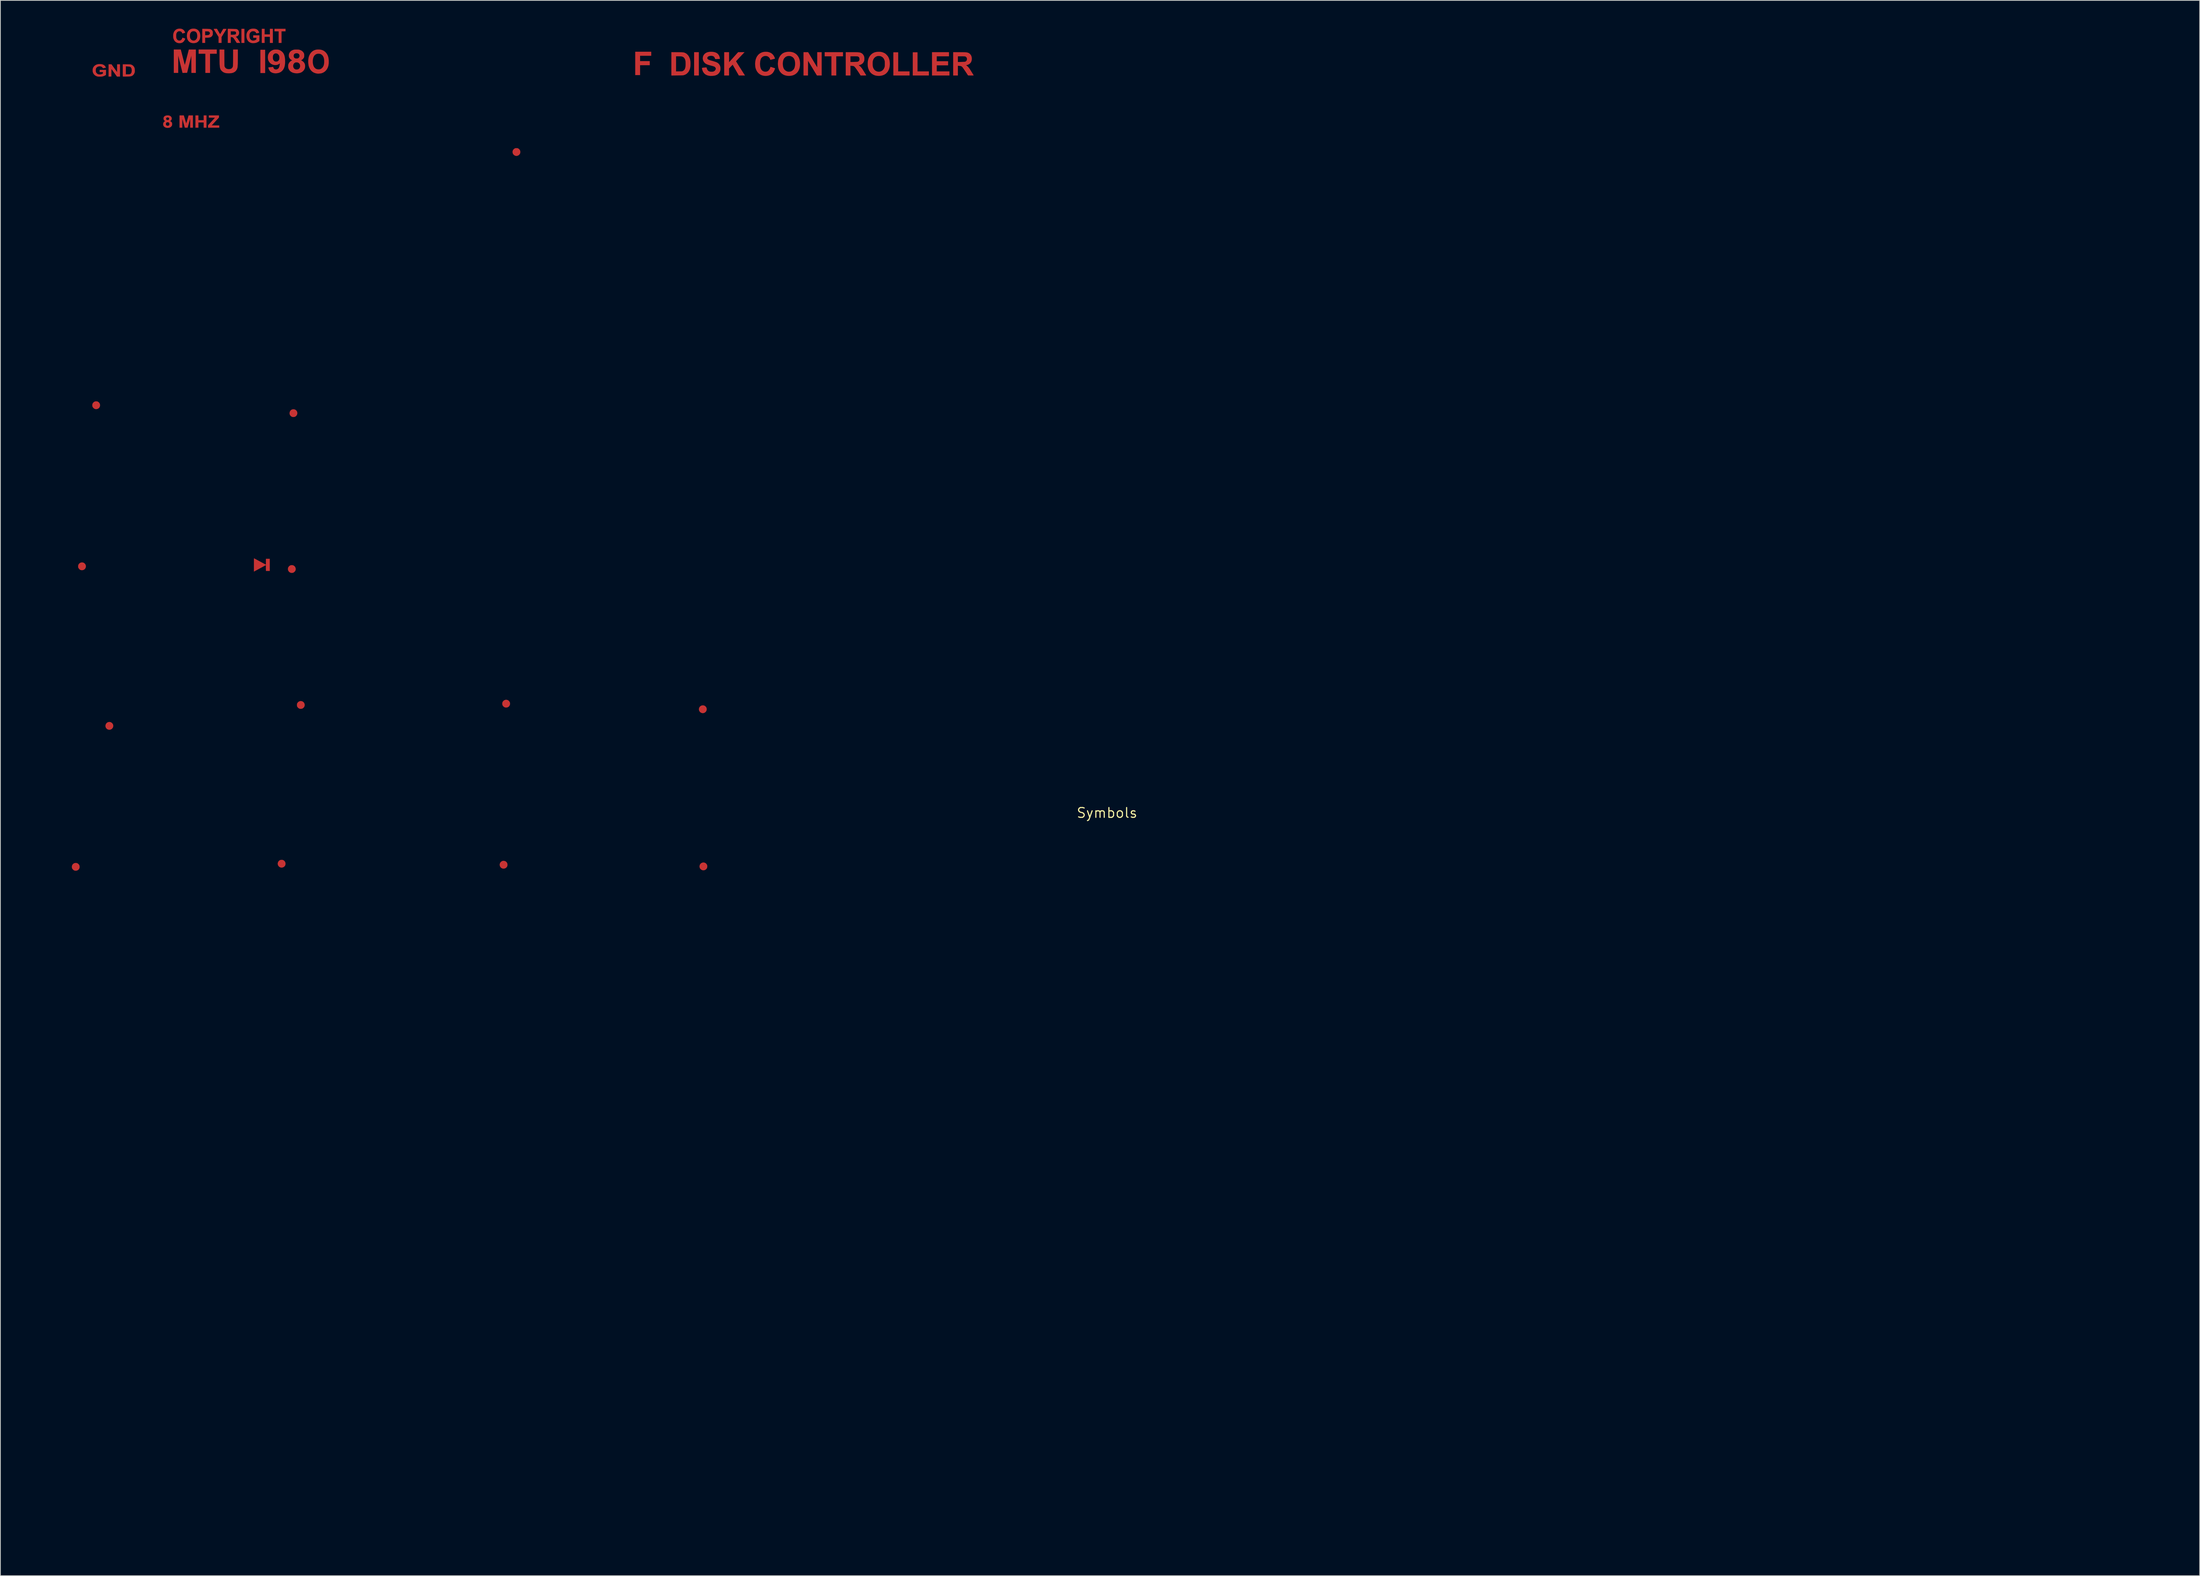
<source format=kicad_pcb>
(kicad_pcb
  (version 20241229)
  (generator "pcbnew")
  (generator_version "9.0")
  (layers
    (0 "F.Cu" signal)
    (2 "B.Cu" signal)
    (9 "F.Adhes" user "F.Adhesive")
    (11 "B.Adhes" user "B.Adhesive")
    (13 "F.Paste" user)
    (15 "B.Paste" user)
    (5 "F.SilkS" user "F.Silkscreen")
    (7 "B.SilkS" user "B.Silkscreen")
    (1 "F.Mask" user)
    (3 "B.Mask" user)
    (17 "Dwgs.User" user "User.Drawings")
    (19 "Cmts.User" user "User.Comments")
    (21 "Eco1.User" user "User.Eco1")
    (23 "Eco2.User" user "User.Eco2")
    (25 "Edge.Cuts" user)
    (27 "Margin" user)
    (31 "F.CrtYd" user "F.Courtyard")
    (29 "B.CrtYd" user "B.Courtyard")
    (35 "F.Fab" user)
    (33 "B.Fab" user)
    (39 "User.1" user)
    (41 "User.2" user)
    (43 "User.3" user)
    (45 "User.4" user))
  (footprint "Symbols"
    (layer "F.Cu")
    (at 0.25 0.25)
    (property "Reference" "Symbols" (at 140.31 102.204 0) (layer "F.SilkS") (effects (font (size 1.27 1.27) (thickness 0.15))))
    (attr through_hole)
    (fp_poly (pts (xy 28.407 2.271) (xy 28.026 2.271) (xy 28.026 0.445) (xy 28.407 0.445) (xy 28.407 2.271)) (stroke (width 0.01) (type solid)) (fill yes) (layer "F.Cu"))
    (fp_poly (pts (xy 31.09 6.176) (xy 30.487 6.176) (xy 30.487 3.16) (xy 31.09 3.16) (xy 31.09 6.176)) (stroke (width 0.01) (type solid)) (fill yes) (layer "F.Cu"))
    (fp_poly (pts (xy 87.351 6.494) (xy 86.748 6.494) (xy 86.748 3.478) (xy 87.351 3.478) (xy 87.351 6.494)) (stroke (width 0.01) (type solid)) (fill yes) (layer "F.Cu"))
    (fp_poly (pts (xy 113.211 5.97) (xy 114.688 5.97) (xy 114.688 6.494) (xy 112.592 6.494) (xy 112.592 3.493) (xy 113.211 3.493) (xy 113.211 5.97)) (stroke (width 0.01) (type solid)) (fill yes) (layer "F.Cu"))
    (fp_poly (pts (xy 115.719 5.97) (xy 117.196 5.97) (xy 117.196 6.494) (xy 115.116 6.494) (xy 115.116 3.493) (xy 115.719 3.493) (xy 115.719 5.97)) (stroke (width 0.01) (type solid)) (fill yes) (layer "F.Cu"))
    (fp_poly (pts (xy 24.819 3.668) (xy 23.946 3.668) (xy 23.946 6.16) (xy 23.343 6.16) (xy 23.343 3.668) (xy 22.47 3.668) (xy 22.47 3.128) (xy 24.819 3.128) (xy 24.819 3.668)) (stroke (width 0.01) (type solid)) (fill yes) (layer "F.Cu"))
    (fp_poly (pts (xy 33.741 0.763) (xy 33.217 0.763) (xy 33.217 2.271) (xy 32.852 2.271) (xy 32.852 0.763) (xy 32.312 0.763) (xy 32.312 0.445) (xy 33.741 0.445) (xy 33.741 0.763)) (stroke (width 0.01) (type solid)) (fill yes) (layer "F.Cu"))
    (fp_poly (pts (xy 106.052 4.001) (xy 105.178 4.001) (xy 105.178 6.494) (xy 104.559 6.494) (xy 104.559 4.001) (xy 103.686 4.001) (xy 103.686 3.478) (xy 106.052 3.478) (xy 106.052 4.001)) (stroke (width 0.01) (type solid)) (fill yes) (layer "F.Cu"))
    (fp_poly (pts (xy 81.175 3.938) (xy 79.731 3.938) (xy 79.731 4.636) (xy 80.985 4.636) (xy 80.985 5.16) (xy 79.731 5.16) (xy 79.731 6.446) (xy 79.112 6.446) (xy 79.112 3.414) (xy 81.175 3.414) (xy 81.175 3.938)) (stroke (width 0.01) (type solid)) (fill yes) (layer "F.Cu"))
    (fp_poly (pts (xy 22.438 12.304) (xy 23.121 12.304) (xy 23.121 11.685) (xy 23.486 11.685) (xy 23.486 13.272) (xy 23.121 13.272) (xy 23.121 12.59) (xy 22.438 12.59) (xy 22.438 13.272) (xy 22.057 13.272) (xy 22.057 11.685) (xy 22.438 11.685) (xy 22.438 12.304)) (stroke (width 0.01) (type solid)) (fill yes) (layer "F.Cu"))
    (fp_poly (pts (xy 31.026 1.16) (xy 31.709 1.16) (xy 31.709 0.445) (xy 32.09 0.445) (xy 32.09 2.271) (xy 31.709 2.271) (xy 31.709 1.477) (xy 31.026 1.477) (xy 31.026 2.271) (xy 30.661 2.271) (xy 30.661 0.445) (xy 31.026 0.445) (xy 31.026 1.16)) (stroke (width 0.01) (type solid)) (fill yes) (layer "F.Cu"))
    (fp_poly (pts (xy 119.799 4.001) (xy 118.212 4.001) (xy 118.212 4.652) (xy 119.688 4.652) (xy 119.688 5.176) (xy 118.212 5.176) (xy 118.212 5.97) (xy 119.863 5.97) (xy 119.863 6.494) (xy 117.609 6.494) (xy 117.609 3.478) (xy 119.799 3.478) (xy 119.799 4.001)) (stroke (width 0.01) (type solid)) (fill yes) (layer "F.Cu"))
    (fp_poly (pts (xy 25.104 11.816) (xy 25.103 11.947) (xy 24.63 12.463) (xy 24.157 12.979) (xy 25.137 12.987) (xy 25.137 13.272) (xy 23.692 13.272) (xy 23.693 13.118) (xy 23.693 12.963) (xy 24.593 11.979) (xy 24.194 11.971) (xy 23.795 11.963) (xy 23.786 11.685) (xy 25.105 11.685) (xy 25.104 11.816)) (stroke (width 0.01) (type solid)) (fill yes) (layer "F.Cu"))
    (fp_poly (pts (xy 103.289 6.494) (xy 102.675 6.494) (xy 102.097 5.536) (xy 101.519 4.579) (xy 101.515 5.536) (xy 101.511 6.494) (xy 100.94 6.494) (xy 100.94 3.478) (xy 101.535 3.479) (xy 102.126 4.466) (xy 102.718 5.454) (xy 102.718 4.466) (xy 102.718 3.478) (xy 103.289 3.478) (xy 103.289 6.494)) (stroke (width 0.01) (type solid)) (fill yes) (layer "F.Cu"))
    (fp_poly (pts (xy 11.525 5.557) (xy 11.889 6.065) (xy 11.893 5.557) (xy 11.897 5.049) (xy 12.262 5.049) (xy 12.262 6.637) (xy 12.068 6.636) (xy 11.873 6.636) (xy 11.516 6.141) (xy 11.159 5.646) (xy 11.151 6.138) (xy 11.143 6.629) (xy 10.964 6.633) (xy 10.786 6.638) (xy 10.786 5.049) (xy 11.161 5.049) (xy 11.525 5.557)) (stroke (width 0.01) (type solid)) (fill yes) (layer "F.Cu"))
    (fp_poly (pts (xy 33.372 108.318) (xy 33.455 108.347) (xy 33.558 108.414) (xy 33.637 108.498) (xy 33.694 108.595) (xy 33.729 108.699) (xy 33.74 108.808) (xy 33.729 108.916) (xy 33.694 109.02) (xy 33.637 109.114) (xy 33.556 109.194) (xy 33.47 109.248) (xy 33.349 109.294) (xy 33.23 109.309) (xy 33.112 109.293) (xy 33.107 109.292) (xy 33.009 109.256) (xy 32.928 109.205) (xy 32.86 109.139) (xy 32.789 109.039) (xy 32.746 108.931) (xy 32.73 108.819) (xy 32.739 108.707) (xy 32.773 108.6) (xy 32.829 108.502) (xy 32.907 108.418) (xy 33.006 108.353) (xy 33.077 108.323) (xy 33.169 108.305) (xy 33.271 108.303) (xy 33.372 108.318)) (stroke (width 0.01) (type solid)) (fill yes) (layer "F.Cu"))
    (fp_poly (pts (xy 88.05 88.28) (xy 88.056 88.282) (xy 88.154 88.335) (xy 88.243 88.411) (xy 88.314 88.505) (xy 88.335 88.544) (xy 88.366 88.639) (xy 88.376 88.748) (xy 88.366 88.857) (xy 88.336 88.957) (xy 88.333 88.964) (xy 88.269 89.067) (xy 88.184 89.15) (xy 88.084 89.212) (xy 87.974 89.25) (xy 87.859 89.262) (xy 87.747 89.245) (xy 87.63 89.198) (xy 87.533 89.129) (xy 87.457 89.042) (xy 87.404 88.943) (xy 87.373 88.836) (xy 87.367 88.723) (xy 87.388 88.611) (xy 87.435 88.502) (xy 87.496 88.418) (xy 87.587 88.338) (xy 87.693 88.283) (xy 87.81 88.254) (xy 87.931 88.253) (xy 88.05 88.28)) (stroke (width 0.01) (type solid)) (fill yes) (layer "F.Cu"))
    (fp_poly (pts (xy 6.633 108.716) (xy 6.736 108.749) (xy 6.829 108.807) (xy 6.882 108.855) (xy 6.955 108.942) (xy 7.002 109.036) (xy 7.025 109.142) (xy 7.029 109.225) (xy 7.013 109.344) (xy 6.972 109.451) (xy 6.907 109.543) (xy 6.824 109.618) (xy 6.725 109.673) (xy 6.614 109.705) (xy 6.496 109.712) (xy 6.373 109.692) (xy 6.349 109.685) (xy 6.277 109.65) (xy 6.203 109.593) (xy 6.134 109.523) (xy 6.079 109.449) (xy 6.05 109.389) (xy 6.027 109.283) (xy 6.026 109.168) (xy 6.044 109.059) (xy 6.055 109.026) (xy 6.111 108.919) (xy 6.19 108.831) (xy 6.288 108.763) (xy 6.399 108.721) (xy 6.513 108.706) (xy 6.633 108.716)) (stroke (width 0.01) (type solid)) (fill yes) (layer "F.Cu"))
    (fp_poly (pts (xy 10.993 90.419) (xy 11.091 90.45) (xy 11.179 90.506) (xy 11.239 90.559) (xy 11.314 90.647) (xy 11.361 90.738) (xy 11.385 90.84) (xy 11.389 90.919) (xy 11.374 91.038) (xy 11.333 91.146) (xy 11.269 91.24) (xy 11.186 91.318) (xy 11.088 91.375) (xy 10.979 91.41) (xy 10.863 91.418) (xy 10.755 91.401) (xy 10.659 91.366) (xy 10.58 91.316) (xy 10.505 91.245) (xy 10.501 91.24) (xy 10.434 91.142) (xy 10.394 91.036) (xy 10.38 90.927) (xy 10.39 90.819) (xy 10.423 90.715) (xy 10.476 90.62) (xy 10.547 90.538) (xy 10.636 90.473) (xy 10.739 90.429) (xy 10.856 90.41) (xy 10.879 90.409) (xy 10.993 90.419)) (stroke (width 0.01) (type solid)) (fill yes) (layer "F.Cu"))
    (fp_poly (pts (xy 34.689 70.067) (xy 34.796 70.109) (xy 34.888 70.174) (xy 34.963 70.257) (xy 35.018 70.356) (xy 35.052 70.465) (xy 35.06 70.583) (xy 35.041 70.703) (xy 35.032 70.733) (xy 34.996 70.804) (xy 34.939 70.877) (xy 34.87 70.946) (xy 34.796 71.001) (xy 34.734 71.031) (xy 34.642 71.051) (xy 34.538 71.056) (xy 34.437 71.045) (xy 34.371 71.026) (xy 34.264 70.968) (xy 34.175 70.888) (xy 34.108 70.79) (xy 34.066 70.679) (xy 34.052 70.567) (xy 34.062 70.447) (xy 34.094 70.344) (xy 34.152 70.252) (xy 34.2 70.199) (xy 34.288 70.126) (xy 34.381 70.079) (xy 34.488 70.056) (xy 34.57 70.052) (xy 34.689 70.067)) (stroke (width 0.01) (type solid)) (fill yes) (layer "F.Cu"))
    (fp_poly (pts (xy 62.157 108.451) (xy 62.272 108.493) (xy 62.37 108.562) (xy 62.449 108.657) (xy 62.489 108.727) (xy 62.523 108.836) (xy 62.533 108.953) (xy 62.518 109.07) (xy 62.486 109.161) (xy 62.419 109.262) (xy 62.332 109.343) (xy 62.23 109.401) (xy 62.116 109.435) (xy 61.998 109.443) (xy 61.879 109.422) (xy 61.845 109.41) (xy 61.738 109.354) (xy 61.652 109.278) (xy 61.588 109.188) (xy 61.546 109.087) (xy 61.526 108.98) (xy 61.529 108.871) (xy 61.555 108.765) (xy 61.603 108.666) (xy 61.675 108.579) (xy 61.77 108.506) (xy 61.799 108.491) (xy 61.861 108.461) (xy 61.911 108.444) (xy 61.963 108.437) (xy 62.028 108.436) (xy 62.157 108.451)) (stroke (width 0.01) (type solid)) (fill yes) (layer "F.Cu"))
    (fp_poly (pts (xy 88.064 108.662) (xy 88.165 108.696) (xy 88.258 108.753) (xy 88.339 108.834) (xy 88.398 108.926) (xy 88.428 108.988) (xy 88.445 109.037) (xy 88.452 109.089) (xy 88.453 109.155) (xy 88.442 109.275) (xy 88.407 109.376) (xy 88.347 109.467) (xy 88.306 109.511) (xy 88.21 109.586) (xy 88.102 109.636) (xy 87.988 109.66) (xy 87.874 109.656) (xy 87.8 109.637) (xy 87.678 109.579) (xy 87.581 109.502) (xy 87.509 109.408) (xy 87.465 109.298) (xy 87.448 109.173) (xy 87.45 109.12) (xy 87.471 108.999) (xy 87.516 108.895) (xy 87.581 108.808) (xy 87.662 108.739) (xy 87.755 108.689) (xy 87.855 108.659) (xy 87.96 108.65) (xy 88.064 108.662)) (stroke (width 0.01) (type solid)) (fill yes) (layer "F.Cu"))
    (fp_poly (pts (xy 7.484 69.721) (xy 7.515 69.731) (xy 7.602 69.774) (xy 7.684 69.841) (xy 7.754 69.921) (xy 7.803 70.007) (xy 7.81 70.026) (xy 7.837 70.151) (xy 7.836 70.271) (xy 7.809 70.382) (xy 7.759 70.481) (xy 7.688 70.566) (xy 7.601 70.634) (xy 7.498 70.682) (xy 7.385 70.706) (xy 7.262 70.704) (xy 7.159 70.682) (xy 7.105 70.659) (xy 7.05 70.621) (xy 6.986 70.562) (xy 6.984 70.56) (xy 6.911 70.476) (xy 6.864 70.394) (xy 6.839 70.303) (xy 6.833 70.206) (xy 6.847 70.078) (xy 6.89 69.964) (xy 6.959 69.867) (xy 7.054 69.787) (xy 7.113 69.753) (xy 7.233 69.711) (xy 7.357 69.7) (xy 7.484 69.721)) (stroke (width 0.01) (type solid)) (fill yes) (layer "F.Cu"))
    (fp_poly (pts (xy 62.49 87.545) (xy 62.599 87.588) (xy 62.696 87.657) (xy 62.778 87.751) (xy 62.835 87.858) (xy 62.864 87.973) (xy 62.863 88.092) (xy 62.848 88.163) (xy 62.799 88.283) (xy 62.727 88.382) (xy 62.636 88.458) (xy 62.529 88.509) (xy 62.408 88.533) (xy 62.359 88.534) (xy 62.3 88.532) (xy 62.247 88.526) (xy 62.221 88.521) (xy 62.109 88.471) (xy 62.01 88.395) (xy 61.929 88.298) (xy 61.901 88.25) (xy 61.882 88.208) (xy 61.871 88.164) (xy 61.865 88.109) (xy 61.864 88.036) (xy 61.865 87.959) (xy 61.871 87.904) (xy 61.883 87.859) (xy 61.902 87.815) (xy 61.969 87.711) (xy 62.055 87.63) (xy 62.154 87.572) (xy 62.263 87.538) (xy 62.377 87.528) (xy 62.49 87.545)) (stroke (width 0.01) (type solid)) (fill yes) (layer "F.Cu"))
    (fp_poly (pts (xy 34.855 49.83) (xy 34.95 49.853) (xy 34.976 49.863) (xy 35.056 49.912) (xy 35.133 49.981) (xy 35.196 50.061) (xy 35.239 50.144) (xy 35.241 50.151) (xy 35.268 50.276) (xy 35.264 50.4) (xy 35.231 50.518) (xy 35.169 50.625) (xy 35.137 50.664) (xy 35.058 50.736) (xy 34.976 50.785) (xy 34.976 50.785) (xy 34.89 50.812) (xy 34.794 50.826) (xy 34.701 50.826) (xy 34.622 50.811) (xy 34.536 50.777) (xy 34.467 50.735) (xy 34.404 50.677) (xy 34.39 50.661) (xy 34.323 50.571) (xy 34.283 50.475) (xy 34.267 50.366) (xy 34.268 50.296) (xy 34.29 50.167) (xy 34.339 50.055) (xy 34.414 49.96) (xy 34.514 49.885) (xy 34.565 49.859) (xy 34.65 49.833) (xy 34.751 49.823) (xy 34.855 49.83)) (stroke (width 0.01) (type solid)) (fill yes) (layer "F.Cu"))
    (fp_poly (pts (xy 9.247 48.795) (xy 9.301 48.802) (xy 9.35 48.818) (xy 9.392 48.837) (xy 9.499 48.906) (xy 9.583 48.996) (xy 9.641 49.102) (xy 9.672 49.222) (xy 9.677 49.298) (xy 9.661 49.424) (xy 9.618 49.538) (xy 9.55 49.636) (xy 9.459 49.715) (xy 9.348 49.771) (xy 9.337 49.775) (xy 9.266 49.791) (xy 9.184 49.798) (xy 9.103 49.797) (xy 9.039 49.786) (xy 8.939 49.742) (xy 8.846 49.675) (xy 8.768 49.593) (xy 8.712 49.502) (xy 8.697 49.465) (xy 8.68 49.379) (xy 8.676 49.281) (xy 8.686 49.183) (xy 8.709 49.098) (xy 8.72 49.074) (xy 8.791 48.968) (xy 8.882 48.883) (xy 8.958 48.838) (xy 9.013 48.814) (xy 9.066 48.8) (xy 9.128 48.794) (xy 9.174 48.794) (xy 9.247 48.795)) (stroke (width 0.01) (type solid)) (fill yes) (layer "F.Cu"))
    (fp_poly (pts (xy 35.865 87.717) (xy 35.974 87.763) (xy 36.072 87.837) (xy 36.076 87.84) (xy 36.15 87.934) (xy 36.199 88.042) (xy 36.222 88.16) (xy 36.218 88.282) (xy 36.196 88.373) (xy 36.154 88.457) (xy 36.092 88.539) (xy 36.016 88.609) (xy 35.937 88.659) (xy 35.932 88.661) (xy 35.858 88.685) (xy 35.771 88.7) (xy 35.686 88.705) (xy 35.614 88.699) (xy 35.604 88.696) (xy 35.485 88.649) (xy 35.381 88.576) (xy 35.296 88.478) (xy 35.262 88.421) (xy 35.244 88.382) (xy 35.233 88.342) (xy 35.227 88.29) (xy 35.225 88.218) (xy 35.225 88.202) (xy 35.226 88.127) (xy 35.231 88.074) (xy 35.241 88.032) (xy 35.257 87.992) (xy 35.268 87.972) (xy 35.338 87.869) (xy 35.426 87.79) (xy 35.527 87.734) (xy 35.638 87.703) (xy 35.752 87.697) (xy 35.865 87.717)) (stroke (width 0.01) (type solid)) (fill yes) (layer "F.Cu"))
    (fp_poly (pts (xy 63.774 15.933) (xy 63.829 15.938) (xy 63.871 15.948) (xy 63.909 15.964) (xy 63.916 15.968) (xy 64.024 16.042) (xy 64.109 16.135) (xy 64.153 16.207) (xy 64.187 16.307) (xy 64.199 16.418) (xy 64.191 16.529) (xy 64.161 16.628) (xy 64.161 16.63) (xy 64.095 16.736) (xy 64.007 16.823) (xy 63.902 16.887) (xy 63.796 16.922) (xy 63.736 16.933) (xy 63.691 16.937) (xy 63.646 16.933) (xy 63.591 16.923) (xy 63.481 16.885) (xy 63.38 16.82) (xy 63.294 16.731) (xy 63.24 16.646) (xy 63.21 16.563) (xy 63.196 16.464) (xy 63.198 16.361) (xy 63.215 16.266) (xy 63.231 16.223) (xy 63.291 16.125) (xy 63.373 16.039) (xy 63.466 15.974) (xy 63.509 15.953) (xy 63.549 15.941) (xy 63.595 15.934) (xy 63.66 15.932) (xy 63.697 15.932) (xy 63.774 15.933)) (stroke (width 0.01) (type solid)) (fill yes) (layer "F.Cu"))
    (fp_poly (pts (xy 91.276 4.131) (xy 91.28 4.784) (xy 91.866 4.131) (xy 92.452 3.478) (xy 93.279 3.478) (xy 93.183 3.577) (xy 93.124 3.637) (xy 93.054 3.71) (xy 92.974 3.795) (xy 92.886 3.887) (xy 92.794 3.985) (xy 92.7 4.085) (xy 92.607 4.185) (xy 92.517 4.281) (xy 92.432 4.372) (xy 92.355 4.455) (xy 92.289 4.526) (xy 92.237 4.584) (xy 92.201 4.624) (xy 92.183 4.645) (xy 92.181 4.648) (xy 92.186 4.66) (xy 92.201 4.69) (xy 92.229 4.739) (xy 92.27 4.807) (xy 92.324 4.896) (xy 92.392 5.005) (xy 92.473 5.135) (xy 92.569 5.288) (xy 92.68 5.464) (xy 92.807 5.665) (xy 92.95 5.889) (xy 93.109 6.14) (xy 93.206 6.291) (xy 93.335 6.494) (xy 92.544 6.494) (xy 92.144 5.793) (xy 91.743 5.091) (xy 91.273 5.581) (xy 91.273 6.037) (xy 91.272 6.494) (xy 90.653 6.494) (xy 90.653 3.478) (xy 91.272 3.478) (xy 91.276 4.131)) (stroke (width 0.01) (type solid)) (fill yes) (layer "F.Cu"))
    (fp_poly (pts (xy 25.042 0.783) (xy 25.097 0.877) (xy 25.146 0.962) (xy 25.188 1.034) (xy 25.221 1.089) (xy 25.242 1.124) (xy 25.249 1.134) (xy 25.259 1.124) (xy 25.283 1.09) (xy 25.318 1.036) (xy 25.361 0.964) (xy 25.411 0.879) (xy 25.455 0.803) (xy 25.509 0.708) (xy 25.559 0.622) (xy 25.602 0.55) (xy 25.637 0.495) (xy 25.66 0.461) (xy 25.668 0.451) (xy 25.69 0.449) (xy 25.737 0.448) (xy 25.802 0.448) (xy 25.879 0.449) (xy 25.887 0.449) (xy 26.088 0.453) (xy 25.763 0.977) (xy 25.439 1.501) (xy 25.438 2.271) (xy 25.057 2.271) (xy 25.057 1.499) (xy 24.74 0.985) (xy 24.669 0.869) (xy 24.603 0.762) (xy 24.545 0.667) (xy 24.496 0.586) (xy 24.458 0.522) (xy 24.433 0.479) (xy 24.423 0.459) (xy 24.422 0.458) (xy 24.437 0.453) (xy 24.478 0.45) (xy 24.539 0.447) (xy 24.614 0.445) (xy 24.635 0.445) (xy 24.848 0.445) (xy 25.042 0.783)) (stroke (width 0.01) (type solid)) (fill yes) (layer "F.Cu"))
    (fp_poly (pts (xy 20.564 11.744) (xy 20.571 11.77) (xy 20.586 11.82) (xy 20.607 11.892) (xy 20.633 11.98) (xy 20.663 12.08) (xy 20.694 12.186) (xy 20.727 12.295) (xy 20.758 12.401) (xy 20.788 12.499) (xy 20.814 12.585) (xy 20.835 12.655) (xy 20.849 12.703) (xy 20.855 12.722) (xy 20.86 12.711) (xy 20.873 12.673) (xy 20.893 12.612) (xy 20.918 12.532) (xy 20.947 12.436) (xy 20.978 12.329) (xy 20.982 12.317) (xy 21.016 12.201) (xy 21.049 12.089) (xy 21.079 11.986) (xy 21.105 11.898) (xy 21.125 11.831) (xy 21.137 11.792) (xy 21.169 11.685) (xy 21.724 11.685) (xy 21.724 13.272) (xy 21.374 13.272) (xy 21.373 12.681) (xy 21.372 12.09) (xy 21.203 12.681) (xy 21.035 13.272) (xy 20.677 13.272) (xy 20.661 13.213) (xy 20.653 13.184) (xy 20.637 13.128) (xy 20.615 13.05) (xy 20.588 12.953) (xy 20.557 12.842) (xy 20.523 12.721) (xy 20.497 12.63) (xy 20.35 12.107) (xy 20.346 12.69) (xy 20.342 13.272) (xy 19.993 13.272) (xy 19.993 11.685) (xy 20.548 11.685) (xy 20.564 11.744)) (stroke (width 0.01) (type solid)) (fill yes) (layer "F.Cu"))
    (fp_poly (pts (xy 29.67 69.176) (xy 29.71 69.197) (xy 29.774 69.23) (xy 29.857 69.275) (xy 29.958 69.329) (xy 30.074 69.392) (xy 30.203 69.462) (xy 30.341 69.537) (xy 30.423 69.581) (xy 30.566 69.659) (xy 30.701 69.731) (xy 30.824 69.798) (xy 30.934 69.857) (xy 31.028 69.908) (xy 31.103 69.948) (xy 31.156 69.976) (xy 31.186 69.991) (xy 31.192 69.994) (xy 31.194 69.979) (xy 31.197 69.936) (xy 31.199 69.87) (xy 31.2 69.786) (xy 31.201 69.687) (xy 31.201 69.613) (xy 31.201 69.232) (xy 31.693 69.232) (xy 31.693 70.803) (xy 31.202 70.803) (xy 31.197 70.423) (xy 31.193 70.043) (xy 30.566 70.385) (xy 30.43 70.458) (xy 30.297 70.531) (xy 30.172 70.599) (xy 30.057 70.661) (xy 29.957 70.716) (xy 29.875 70.76) (xy 29.815 70.793) (xy 29.792 70.805) (xy 29.645 70.885) (xy 29.645 70.027) (xy 29.645 69.865) (xy 29.646 69.713) (xy 29.647 69.574) (xy 29.648 69.451) (xy 29.649 69.346) (xy 29.65 69.263) (xy 29.652 69.204) (xy 29.653 69.173) (xy 29.654 69.168) (xy 29.67 69.176)) (stroke (width 0.01) (type solid)) (fill yes) (layer "F.Cu"))
    (fp_poly (pts (xy 20.342 3.878) (xy 20.383 4.038) (xy 20.424 4.197) (xy 20.464 4.35) (xy 20.502 4.495) (xy 20.536 4.625) (xy 20.565 4.737) (xy 20.588 4.826) (xy 20.601 4.878) (xy 20.624 4.962) (xy 20.644 5.034) (xy 20.661 5.089) (xy 20.672 5.122) (xy 20.676 5.129) (xy 20.682 5.114) (xy 20.694 5.07) (xy 20.714 5.002) (xy 20.738 4.91) (xy 20.768 4.799) (xy 20.803 4.669) (xy 20.84 4.525) (xy 20.881 4.368) (xy 20.924 4.201) (xy 20.93 4.18) (xy 20.973 4.011) (xy 21.014 3.849) (xy 21.053 3.699) (xy 21.088 3.562) (xy 21.119 3.441) (xy 21.146 3.34) (xy 21.166 3.261) (xy 21.18 3.207) (xy 21.187 3.181) (xy 21.187 3.18) (xy 21.201 3.128) (xy 22.105 3.128) (xy 22.105 6.16) (xy 21.533 6.16) (xy 21.529 5.026) (xy 21.525 3.891) (xy 21.247 5.022) (xy 20.969 6.152) (xy 20.381 6.161) (xy 20.258 5.665) (xy 20.225 5.53) (xy 20.186 5.372) (xy 20.143 5.198) (xy 20.098 5.016) (xy 20.053 4.834) (xy 20.01 4.659) (xy 19.979 4.533) (xy 19.821 3.898) (xy 19.82 5.029) (xy 19.819 6.16) (xy 19.247 6.16) (xy 19.247 3.128) (xy 20.147 3.128) (xy 20.342 3.878)) (stroke (width 0.01) (type solid)) (fill yes) (layer "F.Cu"))
    (fp_poly (pts (xy 23.371 0.446) (xy 23.49 0.446) (xy 23.604 0.448) (xy 23.708 0.451) (xy 23.796 0.454) (xy 23.863 0.458) (xy 23.898 0.462) (xy 24.02 0.497) (xy 24.123 0.557) (xy 24.208 0.643) (xy 24.27 0.746) (xy 24.285 0.783) (xy 24.295 0.823) (xy 24.3 0.874) (xy 24.303 0.942) (xy 24.303 1.009) (xy 24.303 1.094) (xy 24.3 1.155) (xy 24.294 1.199) (xy 24.283 1.236) (xy 24.268 1.271) (xy 24.267 1.273) (xy 24.216 1.361) (xy 24.156 1.432) (xy 24.086 1.488) (xy 24 1.53) (xy 23.897 1.56) (xy 23.771 1.578) (xy 23.619 1.587) (xy 23.521 1.588) (xy 23.311 1.588) (xy 23.311 2.271) (xy 22.946 2.271) (xy 22.946 1.276) (xy 23.311 1.276) (xy 23.52 1.266) (xy 23.612 1.261) (xy 23.68 1.254) (xy 23.73 1.246) (xy 23.77 1.233) (xy 23.801 1.22) (xy 23.868 1.17) (xy 23.911 1.107) (xy 23.93 1.035) (xy 23.924 0.96) (xy 23.894 0.889) (xy 23.839 0.828) (xy 23.803 0.804) (xy 23.775 0.79) (xy 23.742 0.78) (xy 23.697 0.774) (xy 23.634 0.769) (xy 23.546 0.766) (xy 23.529 0.765) (xy 23.311 0.759) (xy 23.311 1.276) (xy 22.946 1.276) (xy 22.946 0.445) (xy 23.371 0.446)) (stroke (width 0.01) (type solid)) (fill yes) (layer "F.Cu"))
    (fp_poly (pts (xy 21.978 0.428) (xy 22.136 0.468) (xy 22.277 0.534) (xy 22.399 0.625) (xy 22.502 0.74) (xy 22.583 0.879) (xy 22.636 1.017) (xy 22.648 1.07) (xy 22.658 1.144) (xy 22.667 1.229) (xy 22.671 1.295) (xy 22.671 1.478) (xy 22.65 1.64) (xy 22.607 1.787) (xy 22.577 1.858) (xy 22.525 1.946) (xy 22.452 2.035) (xy 22.369 2.117) (xy 22.283 2.183) (xy 22.231 2.213) (xy 22.101 2.261) (xy 21.954 2.291) (xy 21.798 2.301) (xy 21.645 2.289) (xy 21.582 2.278) (xy 21.449 2.238) (xy 21.331 2.176) (xy 21.222 2.089) (xy 21.198 2.066) (xy 21.102 1.951) (xy 21.029 1.821) (xy 20.98 1.674) (xy 20.952 1.508) (xy 20.946 1.365) (xy 21.327 1.365) (xy 21.339 1.515) (xy 21.372 1.647) (xy 21.425 1.759) (xy 21.498 1.848) (xy 21.588 1.915) (xy 21.694 1.955) (xy 21.811 1.969) (xy 21.891 1.965) (xy 21.955 1.95) (xy 22.001 1.931) (xy 22.1 1.868) (xy 22.18 1.78) (xy 22.239 1.672) (xy 22.277 1.544) (xy 22.293 1.4) (xy 22.286 1.242) (xy 22.284 1.227) (xy 22.255 1.084) (xy 22.21 0.967) (xy 22.147 0.876) (xy 22.066 0.81) (xy 21.965 0.768) (xy 21.85 0.75) (xy 21.732 0.752) (xy 21.634 0.775) (xy 21.55 0.819) (xy 21.497 0.863) (xy 21.421 0.958) (xy 21.368 1.074) (xy 21.336 1.212) (xy 21.327 1.365) (xy 20.946 1.365) (xy 20.946 1.358) (xy 20.957 1.171) (xy 20.99 1.005) (xy 21.047 0.858) (xy 21.128 0.728) (xy 21.184 0.662) (xy 21.297 0.561) (xy 21.422 0.488) (xy 21.563 0.44) (xy 21.721 0.417) (xy 21.803 0.414) (xy 21.978 0.428)) (stroke (width 0.01) (type solid)) (fill yes) (layer "F.Cu"))
    (fp_poly (pts (xy 13.208 5.05) (xy 13.323 5.051) (xy 13.428 5.054) (xy 13.516 5.057) (xy 13.583 5.06) (xy 13.624 5.064) (xy 13.627 5.065) (xy 13.767 5.107) (xy 13.89 5.175) (xy 13.982 5.254) (xy 14.06 5.347) (xy 14.117 5.442) (xy 14.156 5.547) (xy 14.179 5.667) (xy 14.188 5.808) (xy 14.188 5.851) (xy 14.187 5.944) (xy 14.182 6.014) (xy 14.173 6.071) (xy 14.159 6.125) (xy 14.153 6.145) (xy 14.096 6.273) (xy 14.02 6.386) (xy 13.93 6.477) (xy 13.829 6.542) (xy 13.809 6.551) (xy 13.759 6.571) (xy 13.713 6.588) (xy 13.666 6.6) (xy 13.613 6.61) (xy 13.551 6.617) (xy 13.475 6.623) (xy 13.38 6.627) (xy 13.262 6.63) (xy 13.119 6.632) (xy 13 6.634) (xy 12.892 6.634) (xy 12.797 6.634) (xy 12.722 6.633) (xy 12.668 6.631) (xy 12.641 6.629) (xy 12.639 6.628) (xy 12.637 6.61) (xy 12.635 6.563) (xy 12.633 6.491) (xy 12.631 6.397) (xy 12.63 6.354) (xy 13.024 6.354) (xy 13.275 6.348) (xy 13.371 6.346) (xy 13.442 6.343) (xy 13.493 6.338) (xy 13.532 6.331) (xy 13.564 6.321) (xy 13.596 6.307) (xy 13.604 6.303) (xy 13.676 6.252) (xy 13.728 6.181) (xy 13.764 6.088) (xy 13.783 5.972) (xy 13.791 5.808) (xy 13.778 5.668) (xy 13.747 5.553) (xy 13.696 5.462) (xy 13.625 5.396) (xy 13.553 5.36) (xy 13.509 5.35) (xy 13.441 5.341) (xy 13.355 5.332) (xy 13.259 5.326) (xy 13.255 5.326) (xy 13.024 5.314) (xy 13.024 6.354) (xy 12.63 6.354) (xy 12.629 6.283) (xy 12.628 6.153) (xy 12.628 6.009) (xy 12.627 5.856) (xy 12.627 5.832) (xy 12.627 5.049) (xy 13.085 5.049) (xy 13.208 5.05)) (stroke (width 0.01) (type solid)) (fill yes) (layer "F.Cu"))
    (fp_poly (pts (xy 9.712 5.023) (xy 9.824 5.03) (xy 9.922 5.043) (xy 9.968 5.054) (xy 10.106 5.106) (xy 10.223 5.179) (xy 10.318 5.27) (xy 10.38 5.366) (xy 10.405 5.419) (xy 10.419 5.462) (xy 10.421 5.489) (xy 10.417 5.494) (xy 10.4 5.496) (xy 10.359 5.503) (xy 10.299 5.513) (xy 10.23 5.525) (xy 10.158 5.537) (xy 10.099 5.544) (xy 10.059 5.547) (xy 10.043 5.545) (xy 10.016 5.493) (xy 9.971 5.437) (xy 9.918 5.389) (xy 9.912 5.384) (xy 9.822 5.336) (xy 9.717 5.311) (xy 9.606 5.306) (xy 9.494 5.321) (xy 9.388 5.355) (xy 9.294 5.407) (xy 9.22 5.475) (xy 9.203 5.499) (xy 9.164 5.564) (xy 9.139 5.627) (xy 9.125 5.698) (xy 9.119 5.787) (xy 9.119 5.829) (xy 9.124 5.944) (xy 9.141 6.036) (xy 9.174 6.114) (xy 9.224 6.185) (xy 9.261 6.225) (xy 9.341 6.292) (xy 9.426 6.336) (xy 9.524 6.36) (xy 9.633 6.367) (xy 9.725 6.363) (xy 9.807 6.349) (xy 9.892 6.322) (xy 9.964 6.292) (xy 10.055 6.251) (xy 10.055 6.049) (xy 9.627 6.049) (xy 9.627 5.779) (xy 10.453 5.779) (xy 10.449 6.101) (xy 10.444 6.422) (xy 10.357 6.474) (xy 10.218 6.544) (xy 10.05 6.604) (xy 10.008 6.616) (xy 9.941 6.629) (xy 9.85 6.639) (xy 9.746 6.645) (xy 9.636 6.647) (xy 9.53 6.646) (xy 9.436 6.64) (xy 9.363 6.63) (xy 9.357 6.629) (xy 9.202 6.579) (xy 9.064 6.505) (xy 8.946 6.409) (xy 8.849 6.293) (xy 8.777 6.16) (xy 8.739 6.043) (xy 8.727 5.964) (xy 8.721 5.868) (xy 8.723 5.766) (xy 8.731 5.671) (xy 8.745 5.594) (xy 8.747 5.589) (xy 8.804 5.449) (xy 8.887 5.325) (xy 8.994 5.219) (xy 9.122 5.133) (xy 9.269 5.07) (xy 9.393 5.038) (xy 9.486 5.026) (xy 9.596 5.021) (xy 9.712 5.023)) (stroke (width 0.01) (type solid)) (fill yes) (layer "F.Cu"))
    (fp_poly (pts (xy 29.769 0.432) (xy 29.9 0.464) (xy 30.012 0.512) (xy 30.018 0.516) (xy 30.102 0.579) (xy 30.181 0.664) (xy 30.246 0.762) (xy 30.265 0.799) (xy 30.296 0.866) (xy 30.311 0.912) (xy 30.307 0.942) (xy 30.281 0.962) (xy 30.23 0.977) (xy 30.15 0.992) (xy 30.15 0.992) (xy 30.08 1.005) (xy 30.022 1.016) (xy 29.983 1.024) (xy 29.97 1.027) (xy 29.954 1.018) (xy 29.932 0.988) (xy 29.922 0.968) (xy 29.865 0.875) (xy 29.789 0.807) (xy 29.693 0.765) (xy 29.578 0.748) (xy 29.557 0.747) (xy 29.443 0.755) (xy 29.349 0.782) (xy 29.266 0.83) (xy 29.206 0.882) (xy 29.145 0.955) (xy 29.102 1.036) (xy 29.074 1.131) (xy 29.06 1.246) (xy 29.058 1.341) (xy 29.067 1.5) (xy 29.095 1.635) (xy 29.143 1.746) (xy 29.21 1.835) (xy 29.277 1.89) (xy 29.353 1.933) (xy 29.427 1.959) (xy 29.511 1.968) (xy 29.585 1.967) (xy 29.652 1.961) (xy 29.708 1.95) (xy 29.766 1.928) (xy 29.829 1.898) (xy 29.955 1.834) (xy 29.959 1.719) (xy 29.964 1.604) (xy 29.55 1.604) (xy 29.55 1.287) (xy 30.344 1.287) (xy 30.344 2.014) (xy 30.287 2.063) (xy 30.223 2.11) (xy 30.137 2.159) (xy 30.037 2.206) (xy 29.934 2.246) (xy 29.907 2.255) (xy 29.813 2.277) (xy 29.701 2.291) (xy 29.58 2.298) (xy 29.463 2.296) (xy 29.361 2.286) (xy 29.332 2.28) (xy 29.176 2.229) (xy 29.039 2.154) (xy 28.922 2.056) (xy 28.826 1.936) (xy 28.752 1.795) (xy 28.702 1.635) (xy 28.676 1.458) (xy 28.672 1.35) (xy 28.677 1.211) (xy 28.694 1.091) (xy 28.726 0.979) (xy 28.773 0.866) (xy 28.777 0.858) (xy 28.831 0.77) (xy 28.904 0.679) (xy 28.989 0.596) (xy 29.076 0.53) (xy 29.093 0.519) (xy 29.206 0.469) (xy 29.338 0.436) (xy 29.48 0.418) (xy 29.627 0.417) (xy 29.769 0.432)) (stroke (width 0.01) (type solid)) (fill yes) (layer "F.Cu"))
    (fp_poly (pts (xy 26.784 0.449) (xy 26.944 0.451) (xy 27.076 0.454) (xy 27.184 0.458) (xy 27.27 0.463) (xy 27.339 0.471) (xy 27.393 0.481) (xy 27.437 0.495) (xy 27.474 0.512) (xy 27.507 0.534) (xy 27.541 0.561) (xy 27.553 0.571) (xy 27.63 0.66) (xy 27.682 0.767) (xy 27.708 0.889) (xy 27.71 0.943) (xy 27.708 1.011) (xy 27.702 1.076) (xy 27.694 1.123) (xy 27.662 1.202) (xy 27.612 1.281) (xy 27.552 1.346) (xy 27.52 1.371) (xy 27.468 1.4) (xy 27.406 1.428) (xy 27.345 1.449) (xy 27.296 1.461) (xy 27.286 1.461) (xy 27.284 1.47) (xy 27.304 1.493) (xy 27.34 1.524) (xy 27.394 1.571) (xy 27.448 1.624) (xy 27.474 1.655) (xy 27.498 1.686) (xy 27.532 1.737) (xy 27.575 1.802) (xy 27.623 1.877) (xy 27.673 1.956) (xy 27.722 2.035) (xy 27.767 2.109) (xy 27.805 2.173) (xy 27.834 2.222) (xy 27.849 2.252) (xy 27.851 2.258) (xy 27.836 2.263) (xy 27.795 2.267) (xy 27.734 2.269) (xy 27.658 2.271) (xy 27.633 2.271) (xy 27.415 2.271) (xy 27.265 2.039) (xy 27.178 1.905) (xy 27.104 1.796) (xy 27.043 1.709) (xy 26.993 1.644) (xy 26.952 1.597) (xy 26.918 1.566) (xy 26.894 1.551) (xy 26.85 1.537) (xy 26.789 1.523) (xy 26.735 1.516) (xy 26.629 1.505) (xy 26.629 2.271) (xy 26.248 2.271) (xy 26.248 1.21) (xy 26.629 1.21) (xy 26.911 1.205) (xy 27.015 1.202) (xy 27.092 1.199) (xy 27.147 1.195) (xy 27.186 1.19) (xy 27.213 1.182) (xy 27.234 1.171) (xy 27.237 1.169) (xy 27.289 1.116) (xy 27.32 1.047) (xy 27.328 0.969) (xy 27.312 0.892) (xy 27.303 0.872) (xy 27.278 0.835) (xy 27.245 0.808) (xy 27.199 0.788) (xy 27.136 0.775) (xy 27.051 0.767) (xy 26.941 0.764) (xy 26.887 0.763) (xy 26.629 0.763) (xy 26.629 1.21) (xy 26.248 1.21) (xy 26.248 0.443) (xy 26.784 0.449)) (stroke (width 0.01) (type solid)) (fill yes) (layer "F.Cu"))
    (fp_poly (pts (xy 20.165 0.428) (xy 20.308 0.467) (xy 20.433 0.532) (xy 20.539 0.62) (xy 20.624 0.731) (xy 20.66 0.799) (xy 20.689 0.862) (xy 20.705 0.906) (xy 20.705 0.936) (xy 20.686 0.957) (xy 20.644 0.973) (xy 20.577 0.991) (xy 20.533 1.002) (xy 20.462 1.02) (xy 20.403 1.034) (xy 20.362 1.044) (xy 20.346 1.048) (xy 20.343 1.036) (xy 20.342 1.024) (xy 20.333 0.985) (xy 20.307 0.933) (xy 20.273 0.88) (xy 20.237 0.839) (xy 20.158 0.784) (xy 20.063 0.754) (xy 19.974 0.747) (xy 19.872 0.758) (xy 19.786 0.791) (xy 19.707 0.851) (xy 19.68 0.878) (xy 19.636 0.934) (xy 19.603 0.994) (xy 19.58 1.063) (xy 19.565 1.148) (xy 19.558 1.254) (xy 19.557 1.358) (xy 19.559 1.485) (xy 19.568 1.586) (xy 19.585 1.668) (xy 19.612 1.737) (xy 19.649 1.798) (xy 19.681 1.837) (xy 19.759 1.908) (xy 19.843 1.951) (xy 19.942 1.968) (xy 19.971 1.969) (xy 20.077 1.955) (xy 20.169 1.913) (xy 20.247 1.844) (xy 20.307 1.75) (xy 20.337 1.675) (xy 20.354 1.629) (xy 20.371 1.6) (xy 20.381 1.594) (xy 20.402 1.601) (xy 20.447 1.616) (xy 20.508 1.636) (xy 20.562 1.653) (xy 20.634 1.677) (xy 20.682 1.697) (xy 20.708 1.718) (xy 20.715 1.746) (xy 20.703 1.788) (xy 20.676 1.849) (xy 20.649 1.905) (xy 20.571 2.034) (xy 20.473 2.139) (xy 20.355 2.219) (xy 20.22 2.273) (xy 20.171 2.285) (xy 20.057 2.299) (xy 19.931 2.299) (xy 19.808 2.286) (xy 19.755 2.274) (xy 19.613 2.221) (xy 19.488 2.142) (xy 19.38 2.038) (xy 19.292 1.911) (xy 19.226 1.762) (xy 19.198 1.671) (xy 19.179 1.564) (xy 19.169 1.438) (xy 19.169 1.305) (xy 19.178 1.175) (xy 19.193 1.084) (xy 19.24 0.92) (xy 19.312 0.777) (xy 19.405 0.656) (xy 19.518 0.558) (xy 19.65 0.484) (xy 19.799 0.436) (xy 19.964 0.415) (xy 20.007 0.414) (xy 20.165 0.428)) (stroke (width 0.01) (type solid)) (fill yes) (layer "F.Cu"))
    (fp_poly (pts (xy 84.553 3.481) (xy 84.737 3.483) (xy 84.893 3.485) (xy 85.023 3.487) (xy 85.132 3.489) (xy 85.221 3.493) (xy 85.295 3.499) (xy 85.356 3.506) (xy 85.408 3.516) (xy 85.454 3.528) (xy 85.497 3.543) (xy 85.54 3.561) (xy 85.587 3.583) (xy 85.62 3.599) (xy 85.687 3.635) (xy 85.749 3.678) (xy 85.814 3.734) (xy 85.875 3.793) (xy 85.941 3.862) (xy 85.991 3.921) (xy 86.031 3.981) (xy 86.071 4.053) (xy 86.093 4.097) (xy 86.152 4.226) (xy 86.197 4.354) (xy 86.231 4.486) (xy 86.253 4.629) (xy 86.266 4.787) (xy 86.269 4.966) (xy 86.267 5.087) (xy 86.261 5.248) (xy 86.248 5.385) (xy 86.228 5.506) (xy 86.2 5.617) (xy 86.161 5.727) (xy 86.109 5.842) (xy 86.093 5.875) (xy 86.049 5.96) (xy 86.007 6.028) (xy 85.959 6.089) (xy 85.898 6.155) (xy 85.883 6.17) (xy 85.813 6.238) (xy 85.753 6.287) (xy 85.691 6.328) (xy 85.62 6.364) (xy 85.566 6.39) (xy 85.517 6.412) (xy 85.471 6.43) (xy 85.424 6.445) (xy 85.373 6.457) (xy 85.315 6.466) (xy 85.247 6.474) (xy 85.165 6.479) (xy 85.066 6.483) (xy 84.946 6.485) (xy 84.804 6.487) (xy 84.634 6.489) (xy 84.537 6.49) (xy 83.795 6.496) (xy 83.795 5.973) (xy 84.398 5.973) (xy 84.791 5.967) (xy 85.184 5.962) (xy 85.284 5.916) (xy 85.38 5.86) (xy 85.459 5.787) (xy 85.522 5.694) (xy 85.573 5.577) (xy 85.612 5.434) (xy 85.616 5.414) (xy 85.627 5.34) (xy 85.635 5.242) (xy 85.641 5.128) (xy 85.643 5.006) (xy 85.642 4.883) (xy 85.638 4.767) (xy 85.63 4.665) (xy 85.62 4.584) (xy 85.616 4.561) (xy 85.572 4.414) (xy 85.51 4.287) (xy 85.432 4.183) (xy 85.341 4.105) (xy 85.282 4.072) (xy 85.222 4.049) (xy 85.155 4.031) (xy 85.077 4.017) (xy 84.982 4.009) (xy 84.866 4.003) (xy 84.724 4.002) (xy 84.696 4.002) (xy 84.398 4.001) (xy 84.398 5.973) (xy 83.795 5.973) (xy 83.795 3.475) (xy 84.553 3.481)) (stroke (width 0.01) (type solid)) (fill yes) (layer "F.Cu"))
    (fp_poly (pts (xy 25.49 3.132) (xy 25.796 3.136) (xy 25.803 4.216) (xy 25.805 4.427) (xy 25.806 4.609) (xy 25.808 4.764) (xy 25.809 4.895) (xy 25.811 5.003) (xy 25.813 5.091) (xy 25.815 5.162) (xy 25.817 5.218) (xy 25.82 5.261) (xy 25.824 5.294) (xy 25.828 5.318) (xy 25.833 5.337) (xy 25.839 5.353) (xy 25.845 5.368) (xy 25.845 5.369) (xy 25.901 5.461) (xy 25.975 5.543) (xy 26.059 5.605) (xy 26.075 5.613) (xy 26.179 5.653) (xy 26.296 5.674) (xy 26.418 5.678) (xy 26.537 5.664) (xy 26.647 5.634) (xy 26.738 5.587) (xy 26.767 5.565) (xy 26.813 5.517) (xy 26.856 5.457) (xy 26.876 5.423) (xy 26.89 5.39) (xy 26.902 5.359) (xy 26.91 5.323) (xy 26.917 5.278) (xy 26.922 5.217) (xy 26.926 5.135) (xy 26.931 5.03) (xy 26.934 4.951) (xy 26.937 4.845) (xy 26.939 4.716) (xy 26.941 4.57) (xy 26.943 4.411) (xy 26.945 4.244) (xy 26.945 4.074) (xy 26.946 3.926) (xy 26.946 3.128) (xy 27.55 3.128) (xy 27.55 4.053) (xy 27.549 4.305) (xy 27.548 4.528) (xy 27.546 4.723) (xy 27.543 4.893) (xy 27.539 5.039) (xy 27.533 5.164) (xy 27.527 5.269) (xy 27.519 5.358) (xy 27.51 5.431) (xy 27.499 5.491) (xy 27.493 5.517) (xy 27.438 5.677) (xy 27.357 5.819) (xy 27.253 5.94) (xy 27.127 6.04) (xy 26.979 6.117) (xy 26.812 6.171) (xy 26.782 6.178) (xy 26.709 6.191) (xy 26.632 6.199) (xy 26.545 6.204) (xy 26.437 6.206) (xy 26.375 6.206) (xy 26.284 6.205) (xy 26.202 6.203) (xy 26.134 6.201) (xy 26.089 6.199) (xy 26.073 6.198) (xy 25.901 6.162) (xy 25.752 6.108) (xy 25.62 6.034) (xy 25.501 5.938) (xy 25.478 5.915) (xy 25.429 5.865) (xy 25.386 5.815) (xy 25.349 5.764) (xy 25.316 5.709) (xy 25.288 5.649) (xy 25.264 5.581) (xy 25.244 5.502) (xy 25.228 5.411) (xy 25.215 5.305) (xy 25.205 5.183) (xy 25.197 5.041) (xy 25.192 4.879) (xy 25.188 4.693) (xy 25.186 4.481) (xy 25.185 4.241) (xy 25.184 4.037) (xy 25.184 3.128) (xy 25.49 3.132)) (stroke (width 0.01) (type solid)) (fill yes) (layer "F.Cu"))
    (fp_poly (pts (xy 99.258 3.435) (xy 99.451 3.468) (xy 99.631 3.524) (xy 99.661 3.536) (xy 99.834 3.626) (xy 99.991 3.742) (xy 100.129 3.882) (xy 100.247 4.043) (xy 100.315 4.168) (xy 100.383 4.331) (xy 100.431 4.502) (xy 100.463 4.687) (xy 100.478 4.892) (xy 100.479 4.999) (xy 100.467 5.246) (xy 100.43 5.474) (xy 100.369 5.682) (xy 100.284 5.87) (xy 100.175 6.038) (xy 100.075 6.153) (xy 99.924 6.284) (xy 99.759 6.389) (xy 99.578 6.467) (xy 99.38 6.518) (xy 99.165 6.544) (xy 98.932 6.543) (xy 98.876 6.539) (xy 98.669 6.508) (xy 98.474 6.449) (xy 98.295 6.365) (xy 98.133 6.255) (xy 97.99 6.123) (xy 97.868 5.969) (xy 97.77 5.794) (xy 97.741 5.729) (xy 97.686 5.56) (xy 97.646 5.371) (xy 97.623 5.169) (xy 97.618 5.006) (xy 98.244 5.006) (xy 98.254 5.178) (xy 98.281 5.343) (xy 98.322 5.493) (xy 98.38 5.623) (xy 98.391 5.643) (xy 98.475 5.755) (xy 98.584 5.853) (xy 98.71 5.933) (xy 98.847 5.989) (xy 98.924 6.008) (xy 98.979 6.012) (xy 99.054 6.011) (xy 99.137 6.005) (xy 99.216 5.994) (xy 99.281 5.981) (xy 99.297 5.976) (xy 99.414 5.922) (xy 99.527 5.844) (xy 99.625 5.75) (xy 99.703 5.645) (xy 99.722 5.611) (xy 99.781 5.467) (xy 99.822 5.302) (xy 99.846 5.121) (xy 99.851 4.932) (xy 99.844 4.816) (xy 99.826 4.663) (xy 99.797 4.534) (xy 99.757 4.419) (xy 99.731 4.361) (xy 99.651 4.237) (xy 99.551 4.135) (xy 99.434 4.054) (xy 99.304 3.997) (xy 99.164 3.964) (xy 99.019 3.956) (xy 98.872 3.975) (xy 98.728 4.022) (xy 98.667 4.052) (xy 98.58 4.11) (xy 98.495 4.188) (xy 98.419 4.278) (xy 98.363 4.367) (xy 98.362 4.37) (xy 98.308 4.508) (xy 98.271 4.665) (xy 98.249 4.833) (xy 98.244 5.006) (xy 97.618 5.006) (xy 97.617 4.961) (xy 97.627 4.754) (xy 97.653 4.556) (xy 97.697 4.373) (xy 97.714 4.319) (xy 97.785 4.155) (xy 97.878 3.998) (xy 97.989 3.854) (xy 98.114 3.728) (xy 98.248 3.625) (xy 98.314 3.586) (xy 98.48 3.514) (xy 98.663 3.462) (xy 98.858 3.432) (xy 99.058 3.422) (xy 99.258 3.435)) (stroke (width 0.01) (type solid)) (fill yes) (layer "F.Cu"))
    (fp_poly (pts (xy 38.22 3.14) (xy 38.408 3.176) (xy 38.579 3.237) (xy 38.736 3.323) (xy 38.881 3.437) (xy 38.914 3.467) (xy 39.038 3.605) (xy 39.14 3.756) (xy 39.221 3.922) (xy 39.281 4.106) (xy 39.321 4.31) (xy 39.341 4.537) (xy 39.345 4.692) (xy 39.34 4.893) (xy 39.323 5.07) (xy 39.294 5.229) (xy 39.251 5.377) (xy 39.194 5.519) (xy 39.194 5.519) (xy 39.097 5.696) (xy 38.978 5.85) (xy 38.839 5.982) (xy 38.682 6.089) (xy 38.508 6.17) (xy 38.384 6.209) (xy 38.29 6.227) (xy 38.177 6.24) (xy 38.057 6.248) (xy 37.939 6.249) (xy 37.836 6.244) (xy 37.797 6.239) (xy 37.596 6.193) (xy 37.413 6.121) (xy 37.249 6.023) (xy 37.103 5.9) (xy 36.978 5.753) (xy 36.872 5.582) (xy 36.788 5.388) (xy 36.781 5.366) (xy 36.738 5.207) (xy 36.708 5.026) (xy 36.692 4.832) (xy 36.691 4.762) (xy 37.271 4.762) (xy 37.286 4.935) (xy 37.318 5.1) (xy 37.366 5.25) (xy 37.43 5.379) (xy 37.444 5.401) (xy 37.538 5.519) (xy 37.645 5.608) (xy 37.765 5.669) (xy 37.9 5.703) (xy 38.053 5.71) (xy 38.053 5.71) (xy 38.132 5.705) (xy 38.191 5.696) (xy 38.245 5.681) (xy 38.305 5.655) (xy 38.424 5.582) (xy 38.528 5.484) (xy 38.615 5.363) (xy 38.683 5.223) (xy 38.717 5.118) (xy 38.74 4.994) (xy 38.755 4.85) (xy 38.761 4.696) (xy 38.757 4.541) (xy 38.744 4.395) (xy 38.722 4.269) (xy 38.718 4.252) (xy 38.665 4.097) (xy 38.592 3.963) (xy 38.5 3.851) (xy 38.39 3.764) (xy 38.265 3.702) (xy 38.133 3.669) (xy 37.979 3.662) (xy 37.835 3.684) (xy 37.702 3.734) (xy 37.583 3.812) (xy 37.481 3.914) (xy 37.437 3.976) (xy 37.371 4.103) (xy 37.322 4.251) (xy 37.288 4.414) (xy 37.272 4.586) (xy 37.271 4.762) (xy 36.691 4.762) (xy 36.689 4.633) (xy 36.699 4.436) (xy 36.723 4.248) (xy 36.76 4.079) (xy 36.776 4.027) (xy 36.85 3.844) (xy 36.945 3.676) (xy 37.058 3.526) (xy 37.187 3.399) (xy 37.329 3.296) (xy 37.482 3.22) (xy 37.53 3.202) (xy 37.65 3.167) (xy 37.761 3.144) (xy 37.875 3.132) (xy 38.008 3.128) (xy 38.013 3.128) (xy 38.22 3.14)) (stroke (width 0.01) (type solid)) (fill yes) (layer "F.Cu"))
    (fp_poly (pts (xy 107.199 3.478) (xy 107.406 3.478) (xy 107.584 3.479) (xy 107.736 3.481) (xy 107.865 3.484) (xy 107.974 3.488) (xy 108.065 3.494) (xy 108.142 3.502) (xy 108.207 3.512) (xy 108.263 3.524) (xy 108.313 3.539) (xy 108.36 3.557) (xy 108.407 3.577) (xy 108.413 3.58) (xy 108.537 3.656) (xy 108.643 3.757) (xy 108.727 3.879) (xy 108.79 4.02) (xy 108.806 4.074) (xy 108.82 4.151) (xy 108.828 4.246) (xy 108.83 4.349) (xy 108.827 4.448) (xy 108.817 4.53) (xy 108.813 4.551) (xy 108.761 4.7) (xy 108.685 4.83) (xy 108.583 4.942) (xy 108.458 5.033) (xy 108.309 5.104) (xy 108.206 5.137) (xy 108.082 5.17) (xy 108.168 5.229) (xy 108.262 5.304) (xy 108.362 5.402) (xy 108.46 5.516) (xy 108.55 5.637) (xy 108.554 5.644) (xy 108.587 5.694) (xy 108.63 5.762) (xy 108.681 5.842) (xy 108.737 5.932) (xy 108.795 6.026) (xy 108.854 6.122) (xy 108.91 6.213) (xy 108.961 6.297) (xy 109.004 6.37) (xy 109.037 6.426) (xy 109.058 6.462) (xy 109.063 6.472) (xy 109.061 6.479) (xy 109.046 6.485) (xy 109.015 6.489) (xy 108.965 6.491) (xy 108.892 6.493) (xy 108.793 6.494) (xy 108.708 6.494) (xy 108.346 6.494) (xy 108.298 6.418) (xy 108.216 6.288) (xy 108.13 6.154) (xy 108.042 6.021) (xy 107.955 5.892) (xy 107.872 5.771) (xy 107.794 5.66) (xy 107.724 5.563) (xy 107.664 5.484) (xy 107.617 5.425) (xy 107.593 5.398) (xy 107.536 5.344) (xy 107.484 5.305) (xy 107.432 5.279) (xy 107.37 5.262) (xy 107.291 5.251) (xy 107.191 5.244) (xy 107.02 5.235) (xy 107.02 6.494) (xy 106.417 6.494) (xy 106.417 4.752) (xy 107.02 4.752) (xy 107.46 4.743) (xy 107.58 4.74) (xy 107.691 4.736) (xy 107.789 4.732) (xy 107.87 4.727) (xy 107.928 4.722) (xy 107.958 4.717) (xy 108.054 4.673) (xy 108.129 4.605) (xy 108.163 4.556) (xy 108.185 4.51) (xy 108.197 4.463) (xy 108.202 4.403) (xy 108.203 4.367) (xy 108.191 4.254) (xy 108.157 4.163) (xy 108.099 4.092) (xy 108.07 4.07) (xy 108.039 4.051) (xy 108.006 4.035) (xy 107.968 4.024) (xy 107.92 4.015) (xy 107.859 4.009) (xy 107.781 4.005) (xy 107.681 4.003) (xy 107.557 4.002) (xy 107.46 4.001) (xy 107.02 4.001) (xy 107.02 4.752) (xy 106.417 4.752) (xy 106.417 3.478) (xy 107.199 3.478)) (stroke (width 0.01) (type solid)) (fill yes) (layer "F.Cu"))
    (fp_poly (pts (xy 18.578 11.687) (xy 18.688 11.712) (xy 18.781 11.754) (xy 18.845 11.802) (xy 18.917 11.881) (xy 18.961 11.969) (xy 18.977 12.07) (xy 18.977 12.082) (xy 18.963 12.185) (xy 18.921 12.275) (xy 18.853 12.349) (xy 18.839 12.359) (xy 18.801 12.388) (xy 18.777 12.41) (xy 18.772 12.417) (xy 18.784 12.429) (xy 18.815 12.446) (xy 18.818 12.447) (xy 18.877 12.483) (xy 18.937 12.539) (xy 18.987 12.605) (xy 19.002 12.632) (xy 19.025 12.704) (xy 19.034 12.793) (xy 19.028 12.886) (xy 19.01 12.971) (xy 18.996 13.005) (xy 18.941 13.088) (xy 18.865 13.165) (xy 18.777 13.227) (xy 18.72 13.253) (xy 18.626 13.279) (xy 18.515 13.293) (xy 18.403 13.296) (xy 18.311 13.287) (xy 18.201 13.257) (xy 18.095 13.209) (xy 18.008 13.149) (xy 18.005 13.147) (xy 17.935 13.065) (xy 17.888 12.968) (xy 17.866 12.861) (xy 17.867 12.81) (xy 18.215 12.81) (xy 18.23 12.886) (xy 18.266 12.95) (xy 18.272 12.957) (xy 18.309 12.991) (xy 18.343 13.016) (xy 18.35 13.019) (xy 18.411 13.032) (xy 18.482 13.031) (xy 18.549 13.016) (xy 18.575 13.003) (xy 18.634 12.955) (xy 18.669 12.894) (xy 18.685 12.818) (xy 18.68 12.731) (xy 18.649 12.658) (xy 18.595 12.602) (xy 18.521 12.567) (xy 18.45 12.558) (xy 18.364 12.569) (xy 18.298 12.602) (xy 18.247 12.66) (xy 18.247 12.662) (xy 18.22 12.731) (xy 18.215 12.81) (xy 17.867 12.81) (xy 17.868 12.751) (xy 17.898 12.646) (xy 17.91 12.62) (xy 17.952 12.557) (xy 18.008 12.497) (xy 18.067 12.448) (xy 18.107 12.426) (xy 18.117 12.415) (xy 18.099 12.399) (xy 18.01 12.33) (xy 17.951 12.251) (xy 17.918 12.16) (xy 17.914 12.104) (xy 18.247 12.104) (xy 18.259 12.182) (xy 18.294 12.238) (xy 18.353 12.273) (xy 18.436 12.287) (xy 18.451 12.288) (xy 18.504 12.286) (xy 18.541 12.275) (xy 18.574 12.249) (xy 18.59 12.234) (xy 18.632 12.174) (xy 18.646 12.111) (xy 18.635 12.05) (xy 18.602 11.996) (xy 18.549 11.957) (xy 18.479 11.936) (xy 18.442 11.934) (xy 18.36 11.948) (xy 18.298 11.983) (xy 18.26 12.037) (xy 18.247 12.104) (xy 17.914 12.104) (xy 17.911 12.079) (xy 17.926 11.97) (xy 17.967 11.877) (xy 18.034 11.801) (xy 18.124 11.742) (xy 18.238 11.702) (xy 18.374 11.682) (xy 18.445 11.679) (xy 18.578 11.687)) (stroke (width 0.01) (type solid)) (fill yes) (layer "F.Cu"))
    (fp_poly (pts (xy 96.142 3.426) (xy 96.299 3.442) (xy 96.388 3.459) (xy 96.573 3.519) (xy 96.739 3.603) (xy 96.883 3.711) (xy 97.007 3.843) (xy 97.108 3.997) (xy 97.176 4.143) (xy 97.203 4.217) (xy 97.219 4.266) (xy 97.222 4.298) (xy 97.212 4.316) (xy 97.192 4.326) (xy 97.181 4.328) (xy 97.151 4.335) (xy 97.097 4.349) (xy 97.024 4.367) (xy 96.94 4.387) (xy 96.888 4.4) (xy 96.804 4.421) (xy 96.731 4.439) (xy 96.674 4.452) (xy 96.639 4.46) (xy 96.63 4.462) (xy 96.623 4.449) (xy 96.622 4.434) (xy 96.612 4.391) (xy 96.587 4.332) (xy 96.551 4.266) (xy 96.509 4.201) (xy 96.465 4.146) (xy 96.452 4.132) (xy 96.349 4.05) (xy 96.233 3.994) (xy 96.109 3.964) (xy 95.982 3.958) (xy 95.855 3.975) (xy 95.733 4.016) (xy 95.621 4.078) (xy 95.521 4.161) (xy 95.44 4.265) (xy 95.4 4.339) (xy 95.353 4.47) (xy 95.319 4.624) (xy 95.297 4.794) (xy 95.289 4.974) (xy 95.295 5.157) (xy 95.303 5.239) (xy 95.334 5.423) (xy 95.382 5.581) (xy 95.448 5.713) (xy 95.532 5.821) (xy 95.634 5.907) (xy 95.756 5.97) (xy 95.761 5.972) (xy 95.863 5.999) (xy 95.979 6.009) (xy 96.098 6.003) (xy 96.205 5.98) (xy 96.23 5.971) (xy 96.328 5.917) (xy 96.42 5.837) (xy 96.502 5.737) (xy 96.569 5.621) (xy 96.616 5.497) (xy 96.625 5.461) (xy 96.638 5.417) (xy 96.652 5.388) (xy 96.659 5.383) (xy 96.678 5.387) (xy 96.72 5.4) (xy 96.782 5.418) (xy 96.855 5.441) (xy 96.936 5.466) (xy 97.017 5.492) (xy 97.093 5.516) (xy 97.159 5.537) (xy 97.208 5.554) (xy 97.235 5.564) (xy 97.238 5.565) (xy 97.237 5.583) (xy 97.225 5.622) (xy 97.207 5.678) (xy 97.183 5.742) (xy 97.158 5.807) (xy 97.132 5.867) (xy 97.112 5.911) (xy 97.011 6.079) (xy 96.892 6.221) (xy 96.753 6.338) (xy 96.597 6.429) (xy 96.422 6.494) (xy 96.231 6.534) (xy 96.022 6.547) (xy 95.868 6.54) (xy 95.668 6.509) (xy 95.482 6.45) (xy 95.312 6.364) (xy 95.157 6.253) (xy 95.021 6.118) (xy 94.904 5.961) (xy 94.807 5.782) (xy 94.734 5.584) (xy 94.702 5.459) (xy 94.683 5.345) (xy 94.67 5.211) (xy 94.663 5.066) (xy 94.663 4.921) (xy 94.669 4.81) (xy 94.701 4.573) (xy 94.756 4.356) (xy 94.833 4.159) (xy 94.932 3.983) (xy 95.052 3.829) (xy 95.192 3.699) (xy 95.353 3.591) (xy 95.532 3.509) (xy 95.666 3.467) (xy 95.813 3.439) (xy 95.976 3.425) (xy 96.142 3.426)) (stroke (width 0.01) (type solid)) (fill yes) (layer "F.Cu"))
    (fp_poly (pts (xy 110.872 3.432) (xy 111.02 3.45) (xy 111.157 3.483) (xy 111.293 3.533) (xy 111.385 3.575) (xy 111.458 3.612) (xy 111.516 3.646) (xy 111.567 3.682) (xy 111.619 3.727) (xy 111.682 3.788) (xy 111.703 3.809) (xy 111.796 3.908) (xy 111.868 3.998) (xy 111.926 4.089) (xy 111.976 4.19) (xy 112.014 4.284) (xy 112.062 4.43) (xy 112.095 4.575) (xy 112.117 4.732) (xy 112.127 4.882) (xy 112.126 5.136) (xy 112.1 5.372) (xy 112.049 5.589) (xy 111.974 5.788) (xy 111.875 5.967) (xy 111.822 6.042) (xy 111.689 6.19) (xy 111.538 6.313) (xy 111.368 6.41) (xy 111.181 6.481) (xy 110.976 6.527) (xy 110.756 6.546) (xy 110.536 6.54) (xy 110.381 6.522) (xy 110.24 6.489) (xy 110.101 6.439) (xy 110.011 6.398) (xy 109.842 6.299) (xy 109.692 6.177) (xy 109.564 6.03) (xy 109.456 5.861) (xy 109.371 5.671) (xy 109.308 5.46) (xy 109.301 5.43) (xy 109.283 5.313) (xy 109.271 5.175) (xy 109.267 5.024) (xy 109.268 4.978) (xy 109.901 4.978) (xy 109.904 5.121) (xy 109.911 5.241) (xy 109.926 5.342) (xy 109.948 5.432) (xy 109.979 5.517) (xy 110.022 5.605) (xy 110.025 5.612) (xy 110.109 5.738) (xy 110.214 5.842) (xy 110.336 5.923) (xy 110.471 5.979) (xy 110.616 6.009) (xy 110.766 6.011) (xy 110.876 5.993) (xy 111.022 5.943) (xy 111.15 5.867) (xy 111.26 5.765) (xy 111.352 5.639) (xy 111.425 5.489) (xy 111.46 5.383) (xy 111.47 5.337) (xy 111.478 5.287) (xy 111.484 5.226) (xy 111.487 5.149) (xy 111.488 5.048) (xy 111.489 4.978) (xy 111.488 4.868) (xy 111.487 4.784) (xy 111.484 4.718) (xy 111.478 4.665) (xy 111.47 4.618) (xy 111.459 4.571) (xy 111.451 4.545) (xy 111.392 4.389) (xy 111.312 4.255) (xy 111.212 4.144) (xy 111.093 4.058) (xy 110.956 3.997) (xy 110.841 3.969) (xy 110.679 3.956) (xy 110.526 3.974) (xy 110.382 4.021) (xy 110.25 4.096) (xy 110.132 4.2) (xy 110.129 4.203) (xy 110.059 4.291) (xy 110.002 4.39) (xy 109.955 4.51) (xy 109.937 4.568) (xy 109.924 4.618) (xy 109.914 4.665) (xy 109.908 4.717) (xy 109.904 4.78) (xy 109.902 4.86) (xy 109.901 4.965) (xy 109.901 4.978) (xy 109.268 4.978) (xy 109.269 4.871) (xy 109.279 4.723) (xy 109.295 4.592) (xy 109.305 4.541) (xy 109.36 4.336) (xy 109.435 4.153) (xy 109.533 3.988) (xy 109.656 3.837) (xy 109.725 3.767) (xy 109.859 3.656) (xy 110.002 3.568) (xy 110.156 3.502) (xy 110.326 3.457) (xy 110.516 3.433) (xy 110.703 3.426) (xy 110.872 3.432)) (stroke (width 0.01) (type solid)) (fill yes) (layer "F.Cu"))
    (fp_poly (pts (xy 121.208 3.481) (xy 121.395 3.483) (xy 121.554 3.484) (xy 121.686 3.485) (xy 121.795 3.487) (xy 121.884 3.489) (xy 121.956 3.491) (xy 122.013 3.494) (xy 122.058 3.497) (xy 122.095 3.502) (xy 122.126 3.507) (xy 122.154 3.513) (xy 122.182 3.521) (xy 122.183 3.521) (xy 122.294 3.556) (xy 122.382 3.596) (xy 122.457 3.644) (xy 122.509 3.689) (xy 122.609 3.798) (xy 122.683 3.919) (xy 122.733 4.055) (xy 122.759 4.21) (xy 122.763 4.271) (xy 122.759 4.448) (xy 122.728 4.607) (xy 122.67 4.748) (xy 122.588 4.871) (xy 122.48 4.974) (xy 122.347 5.058) (xy 122.19 5.122) (xy 122.124 5.14) (xy 122.013 5.169) (xy 122.099 5.224) (xy 122.183 5.289) (xy 122.274 5.377) (xy 122.367 5.482) (xy 122.455 5.597) (xy 122.48 5.633) (xy 122.51 5.679) (xy 122.55 5.742) (xy 122.599 5.819) (xy 122.654 5.906) (xy 122.712 5.999) (xy 122.77 6.094) (xy 122.827 6.187) (xy 122.881 6.274) (xy 122.927 6.351) (xy 122.965 6.414) (xy 122.992 6.46) (xy 123.005 6.484) (xy 123.006 6.486) (xy 122.991 6.488) (xy 122.948 6.49) (xy 122.883 6.492) (xy 122.799 6.493) (xy 122.702 6.494) (xy 122.642 6.494) (xy 122.525 6.494) (xy 122.436 6.493) (xy 122.371 6.492) (xy 122.325 6.489) (xy 122.295 6.486) (xy 122.277 6.48) (xy 122.266 6.472) (xy 122.259 6.461) (xy 122.258 6.459) (xy 122.236 6.42) (xy 122.198 6.36) (xy 122.148 6.282) (xy 122.088 6.192) (xy 122.021 6.092) (xy 121.95 5.986) (xy 121.878 5.879) (xy 121.806 5.774) (xy 121.738 5.675) (xy 121.676 5.586) (xy 121.623 5.511) (xy 121.581 5.454) (xy 121.553 5.418) (xy 121.548 5.412) (xy 121.485 5.35) (xy 121.42 5.305) (xy 121.347 5.275) (xy 121.259 5.256) (xy 121.148 5.245) (xy 121.131 5.244) (xy 120.958 5.235) (xy 120.958 6.494) (xy 120.355 6.494) (xy 120.355 4.001) (xy 120.958 4.001) (xy 120.958 4.752) (xy 121.391 4.743) (xy 121.508 4.74) (xy 121.618 4.736) (xy 121.715 4.732) (xy 121.795 4.727) (xy 121.853 4.722) (xy 121.884 4.718) (xy 121.94 4.698) (xy 121.993 4.669) (xy 121.996 4.667) (xy 122.066 4.602) (xy 122.113 4.519) (xy 122.139 4.425) (xy 122.142 4.328) (xy 122.122 4.233) (xy 122.078 4.148) (xy 122.044 4.109) (xy 122.013 4.079) (xy 121.982 4.056) (xy 121.947 4.038) (xy 121.904 4.024) (xy 121.849 4.014) (xy 121.779 4.008) (xy 121.69 4.004) (xy 121.577 4.002) (xy 121.437 4.001) (xy 121.4 4.001) (xy 120.958 4.001) (xy 120.355 4.001) (xy 120.355 3.476) (xy 121.208 3.481)) (stroke (width 0.01) (type solid)) (fill yes) (layer "F.Cu"))
    (fp_poly (pts (xy 32.69 3.137) (xy 32.78 3.15) (xy 32.781 3.15) (xy 32.936 3.196) (xy 33.087 3.269) (xy 33.227 3.364) (xy 33.351 3.476) (xy 33.452 3.602) (xy 33.476 3.639) (xy 33.55 3.79) (xy 33.608 3.966) (xy 33.649 4.166) (xy 33.673 4.392) (xy 33.682 4.644) (xy 33.678 4.848) (xy 33.665 5.026) (xy 33.643 5.185) (xy 33.61 5.331) (xy 33.566 5.467) (xy 33.508 5.602) (xy 33.507 5.604) (xy 33.418 5.754) (xy 33.304 5.888) (xy 33.169 6.002) (xy 33.017 6.093) (xy 32.851 6.158) (xy 32.786 6.175) (xy 32.603 6.205) (xy 32.421 6.214) (xy 32.376 6.212) (xy 32.203 6.19) (xy 32.045 6.145) (xy 31.904 6.079) (xy 31.784 5.994) (xy 31.75 5.962) (xy 31.677 5.872) (xy 31.611 5.762) (xy 31.559 5.647) (xy 31.531 5.552) (xy 31.522 5.502) (xy 31.518 5.467) (xy 31.519 5.456) (xy 31.537 5.453) (xy 31.58 5.447) (xy 31.646 5.439) (xy 31.728 5.43) (xy 31.822 5.42) (xy 31.832 5.419) (xy 32.137 5.389) (xy 32.161 5.472) (xy 32.204 5.57) (xy 32.267 5.644) (xy 32.349 5.693) (xy 32.451 5.717) (xy 32.493 5.719) (xy 32.611 5.706) (xy 32.715 5.665) (xy 32.802 5.597) (xy 32.873 5.501) (xy 32.927 5.38) (xy 32.929 5.375) (xy 32.942 5.327) (xy 32.957 5.263) (xy 32.971 5.19) (xy 32.985 5.114) (xy 32.996 5.043) (xy 33.003 4.984) (xy 33.006 4.942) (xy 33.004 4.926) (xy 32.988 4.931) (xy 32.958 4.952) (xy 32.939 4.968) (xy 32.825 5.047) (xy 32.692 5.103) (xy 32.542 5.134) (xy 32.377 5.141) (xy 32.359 5.14) (xy 32.186 5.116) (xy 32.024 5.064) (xy 31.876 4.985) (xy 31.745 4.882) (xy 31.634 4.757) (xy 31.56 4.637) (xy 31.508 4.523) (xy 31.474 4.408) (xy 31.456 4.281) (xy 31.451 4.152) (xy 31.453 4.084) (xy 32.094 4.084) (xy 32.095 4.241) (xy 32.118 4.377) (xy 32.163 4.492) (xy 32.229 4.584) (xy 32.318 4.653) (xy 32.364 4.676) (xy 32.419 4.691) (xy 32.493 4.698) (xy 32.572 4.697) (xy 32.643 4.689) (xy 32.685 4.677) (xy 32.762 4.631) (xy 32.835 4.563) (xy 32.892 4.484) (xy 32.916 4.434) (xy 32.937 4.349) (xy 32.948 4.246) (xy 32.949 4.137) (xy 32.938 4.035) (xy 32.925 3.982) (xy 32.88 3.871) (xy 32.816 3.778) (xy 32.737 3.705) (xy 32.648 3.653) (xy 32.553 3.625) (xy 32.455 3.621) (xy 32.359 3.642) (xy 32.268 3.691) (xy 32.213 3.739) (xy 32.163 3.804) (xy 32.127 3.884) (xy 32.105 3.983) (xy 32.094 4.084) (xy 31.453 4.084) (xy 31.456 4.013) (xy 31.473 3.892) (xy 31.507 3.778) (xy 31.558 3.659) (xy 31.559 3.655) (xy 31.636 3.533) (xy 31.739 3.419) (xy 31.862 3.319) (xy 32.002 3.235) (xy 32.153 3.173) (xy 32.169 3.168) (xy 32.25 3.151) (xy 32.352 3.138) (xy 32.466 3.132) (xy 32.582 3.132) (xy 32.69 3.137)) (stroke (width 0.01) (type solid)) (fill yes) (layer "F.Cu"))
    (fp_poly (pts (xy 89.109 3.43) (xy 89.3 3.454) (xy 89.466 3.495) (xy 89.61 3.553) (xy 89.735 3.629) (xy 89.796 3.679) (xy 89.897 3.791) (xy 89.979 3.923) (xy 90.038 4.069) (xy 90.072 4.224) (xy 90.075 4.246) (xy 90.085 4.347) (xy 89.825 4.358) (xy 89.712 4.363) (xy 89.627 4.366) (xy 89.564 4.366) (xy 89.521 4.362) (xy 89.492 4.352) (xy 89.473 4.337) (xy 89.461 4.314) (xy 89.451 4.283) (xy 89.446 4.266) (xy 89.398 4.154) (xy 89.332 4.066) (xy 89.246 4.002) (xy 89.139 3.96) (xy 89.011 3.941) (xy 88.89 3.943) (xy 88.76 3.959) (xy 88.65 3.991) (xy 88.562 4.037) (xy 88.498 4.094) (xy 88.46 4.161) (xy 88.45 4.237) (xy 88.453 4.265) (xy 88.472 4.321) (xy 88.508 4.371) (xy 88.563 4.417) (xy 88.64 4.46) (xy 88.742 4.502) (xy 88.872 4.544) (xy 88.948 4.566) (xy 89.132 4.618) (xy 89.288 4.663) (xy 89.42 4.704) (xy 89.531 4.742) (xy 89.623 4.777) (xy 89.699 4.811) (xy 89.764 4.846) (xy 89.819 4.882) (xy 89.869 4.922) (xy 89.915 4.965) (xy 89.918 4.967) (xy 90.015 5.082) (xy 90.087 5.208) (xy 90.134 5.348) (xy 90.157 5.505) (xy 90.16 5.602) (xy 90.15 5.768) (xy 90.115 5.916) (xy 90.054 6.052) (xy 89.966 6.179) (xy 89.912 6.24) (xy 89.796 6.343) (xy 89.663 6.424) (xy 89.509 6.482) (xy 89.402 6.509) (xy 89.272 6.53) (xy 89.127 6.543) (xy 88.978 6.549) (xy 88.839 6.547) (xy 88.771 6.542) (xy 88.571 6.508) (xy 88.393 6.45) (xy 88.236 6.37) (xy 88.1 6.266) (xy 87.987 6.139) (xy 87.895 5.989) (xy 87.825 5.816) (xy 87.792 5.697) (xy 87.778 5.63) (xy 87.769 5.573) (xy 87.766 5.534) (xy 87.767 5.523) (xy 87.779 5.514) (xy 87.808 5.505) (xy 87.859 5.496) (xy 87.934 5.486) (xy 88.037 5.475) (xy 88.058 5.473) (xy 88.149 5.465) (xy 88.228 5.458) (xy 88.291 5.453) (xy 88.332 5.451) (xy 88.346 5.451) (xy 88.352 5.469) (xy 88.364 5.507) (xy 88.375 5.549) (xy 88.408 5.645) (xy 88.452 5.738) (xy 88.503 5.819) (xy 88.555 5.878) (xy 88.635 5.937) (xy 88.721 5.977) (xy 88.823 6.003) (xy 88.945 6.014) (xy 88.958 6.015) (xy 89.093 6.014) (xy 89.205 5.999) (xy 89.298 5.969) (xy 89.378 5.921) (xy 89.437 5.87) (xy 89.507 5.781) (xy 89.547 5.69) (xy 89.557 5.601) (xy 89.537 5.516) (xy 89.489 5.439) (xy 89.413 5.373) (xy 89.328 5.328) (xy 89.294 5.316) (xy 89.235 5.298) (xy 89.156 5.274) (xy 89.064 5.248) (xy 88.964 5.22) (xy 88.939 5.214) (xy 88.766 5.165) (xy 88.62 5.121) (xy 88.499 5.08) (xy 88.397 5.039) (xy 88.311 4.998) (xy 88.238 4.954) (xy 88.174 4.906) (xy 88.115 4.852) (xy 88.098 4.835) (xy 87.998 4.709) (xy 87.926 4.571) (xy 87.882 4.424) (xy 87.867 4.273) (xy 87.882 4.12) (xy 87.927 3.969) (xy 87.946 3.925) (xy 88.026 3.792) (xy 88.131 3.678) (xy 88.258 3.584) (xy 88.406 3.511) (xy 88.575 3.46) (xy 88.763 3.43) (xy 88.969 3.423) (xy 89.109 3.43)) (stroke (width 0.01) (type solid)) (fill yes) (layer "F.Cu"))
    (fp_poly (pts (xy 35.17 3.136) (xy 35.283 3.137) (xy 35.371 3.14) (xy 35.439 3.145) (xy 35.495 3.153) (xy 35.543 3.164) (xy 35.549 3.165) (xy 35.709 3.224) (xy 35.85 3.303) (xy 35.968 3.4) (xy 36.062 3.514) (xy 36.11 3.599) (xy 36.132 3.647) (xy 36.147 3.687) (xy 36.156 3.727) (xy 36.16 3.776) (xy 36.162 3.842) (xy 36.162 3.898) (xy 36.161 3.982) (xy 36.159 4.042) (xy 36.153 4.088) (xy 36.142 4.126) (xy 36.125 4.166) (xy 36.119 4.18) (xy 36.066 4.267) (xy 35.992 4.354) (xy 35.907 4.43) (xy 35.823 4.484) (xy 35.741 4.526) (xy 35.844 4.58) (xy 35.984 4.669) (xy 36.099 4.774) (xy 36.186 4.895) (xy 36.245 5.032) (xy 36.276 5.182) (xy 36.281 5.277) (xy 36.268 5.445) (xy 36.23 5.596) (xy 36.166 5.733) (xy 36.073 5.86) (xy 36.021 5.916) (xy 35.894 6.023) (xy 35.751 6.106) (xy 35.591 6.164) (xy 35.412 6.2) (xy 35.213 6.212) (xy 35.051 6.206) (xy 34.861 6.179) (xy 34.687 6.13) (xy 34.53 6.058) (xy 34.393 5.965) (xy 34.277 5.853) (xy 34.186 5.723) (xy 34.12 5.579) (xy 34.093 5.465) (xy 34.081 5.338) (xy 34.085 5.219) (xy 34.729 5.219) (xy 34.734 5.347) (xy 34.766 5.463) (xy 34.822 5.562) (xy 34.902 5.643) (xy 35.003 5.702) (xy 35.023 5.71) (xy 35.09 5.725) (xy 35.174 5.729) (xy 35.263 5.723) (xy 35.344 5.708) (xy 35.402 5.687) (xy 35.477 5.634) (xy 35.545 5.561) (xy 35.594 5.477) (xy 35.605 5.449) (xy 35.625 5.363) (xy 35.631 5.264) (xy 35.625 5.165) (xy 35.606 5.077) (xy 35.592 5.041) (xy 35.529 4.942) (xy 35.445 4.866) (xy 35.343 4.815) (xy 35.226 4.791) (xy 35.178 4.789) (xy 35.073 4.796) (xy 34.989 4.818) (xy 34.917 4.858) (xy 34.881 4.887) (xy 34.804 4.978) (xy 34.753 5.085) (xy 34.729 5.21) (xy 34.729 5.219) (xy 34.085 5.219) (xy 34.085 5.208) (xy 34.104 5.087) (xy 34.127 5.013) (xy 34.199 4.867) (xy 34.294 4.743) (xy 34.413 4.64) (xy 34.513 4.579) (xy 34.608 4.53) (xy 34.523 4.486) (xy 34.403 4.407) (xy 34.305 4.31) (xy 34.231 4.197) (xy 34.184 4.074) (xy 34.171 4.002) (xy 34.169 3.927) (xy 34.79 3.927) (xy 34.791 3.985) (xy 34.807 4.082) (xy 34.842 4.159) (xy 34.901 4.221) (xy 34.925 4.238) (xy 34.978 4.27) (xy 35.032 4.289) (xy 35.097 4.297) (xy 35.182 4.298) (xy 35.195 4.298) (xy 35.268 4.293) (xy 35.321 4.284) (xy 35.366 4.267) (xy 35.397 4.25) (xy 35.473 4.189) (xy 35.526 4.109) (xy 35.555 4.018) (xy 35.56 3.921) (xy 35.539 3.824) (xy 35.499 3.746) (xy 35.461 3.704) (xy 35.405 3.663) (xy 35.377 3.648) (xy 35.323 3.624) (xy 35.272 3.611) (xy 35.212 3.605) (xy 35.171 3.605) (xy 35.065 3.613) (xy 34.98 3.638) (xy 34.907 3.684) (xy 34.872 3.716) (xy 34.826 3.776) (xy 34.8 3.843) (xy 34.79 3.927) (xy 34.169 3.927) (xy 34.167 3.847) (xy 34.193 3.701) (xy 34.247 3.567) (xy 34.326 3.447) (xy 34.431 3.342) (xy 34.559 3.256) (xy 34.708 3.19) (xy 34.761 3.174) (xy 34.814 3.16) (xy 34.863 3.15) (xy 34.915 3.143) (xy 34.977 3.139) (xy 35.057 3.137) (xy 35.16 3.136) (xy 35.17 3.136)) (stroke (width 0.01) (type solid)) (fill yes) (layer "F.Cu"))
    (fp_poly (pts (xy 130.37 -0.015) (xy 132.862 -0.015) (xy 135.385 -0.015) (xy 137.94 -0.015) (xy 139.523 -0.015) (xy 142.135 -0.015) (xy 144.716 -0.015) (xy 147.265 -0.015) (xy 149.783 -0.015) (xy 152.27 -0.015) (xy 154.726 -0.015) (xy 157.151 -0.015) (xy 159.546 -0.015) (xy 161.91 -0.015) (xy 164.245 -0.015) (xy 166.549 -0.015) (xy 168.824 -0.015) (xy 171.069 -0.015) (xy 173.285 -0.015) (xy 175.471 -0.015) (xy 177.628 -0.014) (xy 179.757 -0.014) (xy 181.857 -0.014) (xy 183.928 -0.014) (xy 185.971 -0.014) (xy 187.985 -0.014) (xy 189.972 -0.014) (xy 191.931 -0.014) (xy 193.863 -0.014) (xy 195.766 -0.014) (xy 197.643 -0.014) (xy 199.493 -0.014) (xy 201.315 -0.014) (xy 203.111 -0.014) (xy 204.881 -0.014) (xy 206.624 -0.014) (xy 208.341 -0.014) (xy 210.032 -0.014) (xy 211.697 -0.014) (xy 213.336 -0.014) (xy 214.95 -0.014) (xy 216.539 -0.014) (xy 218.102 -0.013) (xy 219.641 -0.013) (xy 221.155 -0.013) (xy 222.644 -0.013) (xy 224.109 -0.013) (xy 225.549 -0.013) (xy 226.966 -0.013) (xy 228.359 -0.013) (xy 229.728 -0.013) (xy 231.074 -0.013) (xy 232.396 -0.013) (xy 233.695 -0.013) (xy 234.972 -0.012) (xy 236.225 -0.012) (xy 237.456 -0.012) (xy 238.664 -0.012) (xy 239.851 -0.012) (xy 241.015 -0.012) (xy 242.157 -0.012) (xy 243.278 -0.012) (xy 244.377 -0.012) (xy 245.455 -0.011) (xy 246.511 -0.011) (xy 247.547 -0.011) (xy 248.562 -0.011) (xy 249.556 -0.011) (xy 250.53 -0.011) (xy 251.483 -0.011) (xy 252.417 -0.011) (xy 253.33 -0.01) (xy 254.224 -0.01) (xy 255.099 -0.01) (xy 255.954 -0.01) (xy 256.789 -0.01) (xy 257.606 -0.01) (xy 258.404 -0.009) (xy 259.183 -0.009) (xy 259.944 -0.009) (xy 260.687 -0.009) (xy 261.411 -0.009) (xy 262.118 -0.009) (xy 262.806 -0.008) (xy 263.478 -0.008) (xy 264.132 -0.008) (xy 264.768 -0.008) (xy 265.388 -0.008) (xy 265.991 -0.007) (xy 266.577 -0.007) (xy 267.146 -0.007) (xy 267.7 -0.007) (xy 268.237 -0.007) (xy 268.758 -0.006) (xy 269.263 -0.006) (xy 269.753 -0.006) (xy 270.228 -0.006) (xy 270.687 -0.006) (xy 271.131 -0.005) (xy 271.56 -0.005) (xy 271.975 -0.005) (xy 272.375 -0.005) (xy 272.761 -0.004) (xy 273.132 -0.004) (xy 273.49 -0.004) (xy 273.834 -0.004) (xy 274.164 -0.003) (xy 274.481 -0.003) (xy 274.784 -0.003) (xy 275.075 -0.002) (xy 275.353 -0.002) (xy 275.617 -0.002) (xy 275.87 -0.002) (xy 276.11 -0.001) (xy 276.337 -0.001) (xy 276.553 -0.001) (xy 276.757 -0.000416) (xy 276.949 -0.000105) (xy 277.13 0.00021) (xy 277.3 0.001) (xy 277.458 0.001) (xy 277.606 0.001) (xy 277.743 0.002) (xy 277.869 0.002) (xy 277.985 0.002) (xy 278.091 0.003) (xy 278.186 0.003) (xy 278.272 0.003) (xy 278.348 0.004) (xy 278.415 0.004) (xy 278.472 0.004) (xy 278.521 0.005) (xy 278.56 0.005) (xy 278.59 0.005) (xy 278.612 0.006) (xy 278.626 0.006) (xy 278.631 0.007) (xy 278.754 0.051) (xy 278.862 0.121) (xy 278.952 0.213) (xy 279.015 0.316) (xy 279.049 0.39) (xy 279.049 190.191) (xy 279.008 190.279) (xy 278.944 190.381) (xy 278.857 190.471) (xy 278.755 190.539) (xy 278.74 190.547) (xy 278.653 190.588) (xy 190.578 190.597) (xy 188.431 190.597) (xy 186.315 190.597) (xy 184.231 190.597) (xy 182.178 190.598) (xy 180.156 190.598) (xy 178.165 190.598) (xy 176.204 190.598) (xy 174.274 190.598) (xy 172.374 190.599) (xy 170.505 190.599) (xy 168.665 190.599) (xy 166.855 190.599) (xy 165.075 190.599) (xy 163.324 190.6) (xy 161.602 190.6) (xy 159.909 190.6) (xy 158.245 190.6) (xy 156.61 190.601) (xy 155.004 190.601) (xy 153.425 190.601) (xy 151.875 190.601) (xy 150.353 190.601) (xy 148.858 190.602) (xy 147.391 190.602) (xy 145.952 190.602) (xy 144.539 190.602) (xy 143.154 190.603) (xy 141.795 190.603) (xy 140.464 190.603) (xy 139.158 190.603) (xy 137.879 190.604) (xy 136.627 190.604) (xy 135.4 190.604) (xy 134.199 190.604) (xy 133.023 190.605) (xy 131.873 190.605) (xy 130.748 190.605) (xy 129.648 190.605) (xy 128.573 190.605) (xy 127.523 190.606) (xy 126.497 190.606) (xy 125.496 190.606) (xy 124.519 190.607) (xy 123.565 190.607) (xy 122.636 190.607) (xy 121.73 190.607) (xy 120.847 190.608) (xy 119.988 190.608) (xy 119.152 190.608) (xy 118.338 190.608) (xy 117.548 190.609) (xy 116.78 190.609) (xy 116.034 190.609) (xy 115.31 190.61) (xy 114.608 190.61) (xy 113.928 190.61) (xy 113.27 190.61) (xy 112.633 190.611) (xy 112.017 190.611) (xy 111.423 190.611) (xy 110.849 190.612) (xy 110.296 190.612) (xy 109.764 190.612) (xy 109.251 190.613) (xy 108.759 190.613) (xy 108.287 190.613) (xy 107.835 190.614) (xy 107.403 190.614) (xy 106.989 190.614) (xy 106.595 190.615) (xy 106.221 190.615) (xy 105.865 190.615) (xy 105.527 190.616) (xy 105.209 190.616) (xy 104.908 190.617) (xy 104.626 190.617) (xy 104.362 190.617) (xy 104.115 190.618) (xy 103.886 190.618) (xy 103.675 190.618) (xy 103.481 190.619) (xy 103.304 190.619) (xy 103.144 190.62) (xy 103 190.62) (xy 102.873 190.62) (xy 102.763 190.621) (xy 102.668 190.621) (xy 102.59 190.622) (xy 102.527 190.622) (xy 102.48 190.623) (xy 102.449 190.623) (xy 102.433 190.623) (xy 102.43 190.624) (xy 102.214 190.692) (xy 102.017 190.785) (xy 101.839 190.9) (xy 101.683 191.036) (xy 101.549 191.191) (xy 101.44 191.365) (xy 101.357 191.554) (xy 101.303 191.747) (xy 101.299 191.766) (xy 101.296 191.786) (xy 101.293 191.809) (xy 101.29 191.836) (xy 101.288 191.87) (xy 101.286 191.91) (xy 101.284 191.959) (xy 101.282 192.018) (xy 101.28 192.089) (xy 101.279 192.172) (xy 101.278 192.27) (xy 101.277 192.383) (xy 101.276 192.514) (xy 101.275 192.663) (xy 101.275 192.832) (xy 101.274 193.023) (xy 101.274 193.236) (xy 101.274 193.474) (xy 101.273 193.737) (xy 101.273 194.027) (xy 101.273 194.346) (xy 101.273 194.695) (xy 101.273 194.795) (xy 101.273 195.164) (xy 101.273 195.501) (xy 101.273 195.81) (xy 101.272 196.091) (xy 101.272 196.345) (xy 101.271 196.573) (xy 101.271 196.778) (xy 101.27 196.959) (xy 101.269 197.118) (xy 101.268 197.258) (xy 101.267 197.377) (xy 101.265 197.479) (xy 101.264 197.565) (xy 101.262 197.634) (xy 101.26 197.69) (xy 101.258 197.733) (xy 101.255 197.763) (xy 101.253 197.784) (xy 101.252 197.79) (xy 101.209 197.912) (xy 101.142 198.016) (xy 101.05 198.103) (xy 100.951 198.165) (xy 100.868 198.208) (xy 55.736 198.211) (xy 54.278 198.212) (xy 52.851 198.212) (xy 51.456 198.212) (xy 50.091 198.212) (xy 48.757 198.212) (xy 47.453 198.212) (xy 46.178 198.212) (xy 44.933 198.212) (xy 43.717 198.212) (xy 42.53 198.212) (xy 41.371 198.212) (xy 40.24 198.212) (xy 39.137 198.212) (xy 38.061 198.212) (xy 37.012 198.212) (xy 35.99 198.212) (xy 34.994 198.212) (xy 34.024 198.212) (xy 33.08 198.212) (xy 32.161 198.212) (xy 31.267 198.212) (xy 30.398 198.212) (xy 29.553 198.212) (xy 28.732 198.212) (xy 27.934 198.212) (xy 27.16 198.212) (xy 26.409 198.212) (xy 25.68 198.212) (xy 24.974 198.212) (xy 24.29 198.212) (xy 23.627 198.212) (xy 22.986 198.212) (xy 22.365 198.212) (xy 21.765 198.211) (xy 21.185 198.211) (xy 20.626 198.211) (xy 20.085 198.211) (xy 19.564 198.211) (xy 19.062 198.211) (xy 18.579 198.211) (xy 18.113 198.21) (xy 17.666 198.21) (xy 17.236 198.21) (xy 16.823 198.21) (xy 16.427 198.209) (xy 16.048 198.209) (xy 15.685 198.209) (xy 15.337 198.209) (xy 15.006 198.208) (xy 14.689 198.208) (xy 14.387 198.208) (xy 14.1 198.207) (xy 13.827 198.207) (xy 13.567 198.207) (xy 13.321 198.206) (xy 13.088 198.206) (xy 12.869 198.206) (xy 12.661 198.205) (xy 12.466 198.205) (xy 12.282 198.204) (xy 12.11 198.204) (xy 11.949 198.203) (xy 11.799 198.203) (xy 11.659 198.202) (xy 11.529 198.202) (xy 11.409 198.201) (xy 11.298 198.201) (xy 11.197 198.2) (xy 11.104 198.2) (xy 11.02 198.199) (xy 10.943 198.199) (xy 10.875 198.198) (xy 10.814 198.197) (xy 10.759 198.197) (xy 10.712 198.196) (xy 10.671 198.195) (xy 10.636 198.195) (xy 10.607 198.194) (xy 10.583 198.193) (xy 10.564 198.192) (xy 10.549 198.192) (xy 10.539 198.191) (xy 10.533 198.19) (xy 10.532 198.19) (xy 10.412 198.132) (xy 10.311 198.049) (xy 10.23 197.94) (xy 10.2 197.883) (xy 10.159 197.795) (xy 10.151 194.573) (xy 10.143 191.35) (xy 10.102 191.237) (xy 10.028 191.083) (xy 9.929 190.943) (xy 9.807 190.822) (xy 9.666 190.722) (xy 9.509 190.648) (xy 9.484 190.639) (xy 9.381 190.604) (xy 4.888 190.596) (xy 0.396 190.588) (xy 0.321 190.551) (xy 0.205 190.477) (xy 0.111 190.38) (xy 0.051 190.282) (xy -0.001 190.176) (xy -0.005 95.331) (xy -0.005 93.21) (xy -0.006 91.121) (xy -0.006 89.063) (xy -0.006 87.036) (xy -0.006 85.04) (xy -0.006 83.075) (xy -0.006 81.14) (xy -0.006 79.235) (xy -0.006 77.36) (xy -0.006 75.515) (xy -0.006 73.699) (xy -0.006 71.912) (xy -0.006 70.154) (xy -0.006 68.425) (xy -0.006 66.724) (xy -0.006 65.052) (xy -0.006 63.408) (xy -0.007 61.791) (xy -0.007 60.202) (xy -0.007 58.64) (xy -0.007 57.106) (xy -0.007 55.598) (xy -0.007 54.117) (xy -0.007 52.662) (xy -0.007 51.233) (xy -0.007 49.831) (xy -0.007 48.454) (xy -0.007 47.102) (xy -0.007 45.776) (xy -0.007 44.475) (xy -0.007 43.198) (xy -0.007 41.946) (xy -0.007 40.718) (xy -0.007 39.515) (xy -0.007 38.335) (xy -0.007 37.178) (xy -0.007 36.045) (xy -0.007 34.936) (xy -0.007 33.849) (xy -0.007 32.784) (xy -0.007 31.743) (xy -0.006 30.723) (xy -0.006 29.725) (xy -0.006 28.749) (xy -0.006 27.795) (xy -0.006 26.862) (xy -0.006 25.949) (xy -0.006 25.058) (xy -0.006 24.187) (xy -0.006 23.337) (xy -0.006 22.506) (xy -0.006 21.696) (xy -0.006 20.905) (xy -0.006 20.133) (xy -0.005 19.381) (xy -0.005 18.647) (xy -0.005 17.932) (xy -0.005 17.236) (xy -0.005 16.558) (xy -0.005 15.898) (xy -0.005 15.256) (xy -0.004 14.631) (xy -0.004 14.023) (xy -0.004 13.433) (xy -0.004 12.859) (xy -0.004 12.302) (xy -0.004 11.762) (xy -0.003 11.237) (xy -0.003 10.728) (xy -0.003 10.235) (xy -0.003 9.758) (xy -0.003 9.295) (xy -0.002 8.848) (xy -0.002 8.415) (xy -0.002 7.997) (xy -0.002 7.593) (xy -0.002 7.203) (xy -0.001 6.827) (xy -0.001 6.465) (xy -0.001 6.115) (xy -0.001 5.779) (xy -0.000319 5.456) (xy -0.000046 5.146) (xy 0.000233 4.847) (xy 0.001 4.561) (xy 0.001 4.287) (xy 0.001 4.025) (xy 0.001 3.774) (xy 0.002 3.534) (xy 0.002 3.305) (xy 0.002 3.087) (xy 0.003 2.88) (xy 0.003 2.683) (xy 0.003 2.496) (xy 0.004 2.319) (xy 0.004 2.151) (xy 0.004 1.993) (xy 0.005 1.843) (xy 0.005 1.703) (xy 0.006 1.572) (xy 0.006 1.449) (xy 0.006 1.334) (xy 0.007 1.227) (xy 0.007 1.127) (xy 0.008 1.036) (xy 0.008 0.951) (xy 0.009 0.874) (xy 0.009 0.803) (xy 0.009 0.739) (xy 0.01 0.681) (xy 0.01 0.63) (xy 0.011 0.584) (xy 0.011 0.544) (xy 0.012 0.509) (xy 0.012 0.48) (xy 0.013 0.455) (xy 0.013 0.453) (xy 0.11 0.453) (xy 0.11 190.144) (xy 0.146 190.217) (xy 0.206 190.311) (xy 0.285 190.389) (xy 0.371 190.444) (xy 0.443 190.477) (xy 4.928 190.485) (xy 9.413 190.493) (xy 9.543 190.537) (xy 9.706 190.609) (xy 9.854 190.705) (xy 9.984 190.824) (xy 10.092 190.963) (xy 10.176 191.116) (xy 10.23 191.272) (xy 10.234 191.287) (xy 10.237 191.303) (xy 10.241 191.321) (xy 10.243 191.342) (xy 10.246 191.368) (xy 10.248 191.401) (xy 10.25 191.441) (xy 10.252 191.489) (xy 10.254 191.548) (xy 10.255 191.619) (xy 10.257 191.702) (xy 10.258 191.8) (xy 10.259 191.914) (xy 10.259 192.044) (xy 10.26 192.193) (xy 10.261 192.362) (xy 10.261 192.552) (xy 10.261 192.764) (xy 10.261 193) (xy 10.262 193.261) (xy 10.262 193.549) (xy 10.262 193.865) (xy 10.262 194.21) (xy 10.262 194.526) (xy 10.262 194.948) (xy 10.262 195.341) (xy 10.263 195.706) (xy 10.263 196.041) (xy 10.264 196.347) (xy 10.265 196.623) (xy 10.266 196.87) (xy 10.267 197.086) (xy 10.268 197.272) (xy 10.27 197.428) (xy 10.272 197.553) (xy 10.274 197.647) (xy 10.276 197.709) (xy 10.278 197.74) (xy 10.278 197.742) (xy 10.313 197.848) (xy 10.375 197.942) (xy 10.458 198.019) (xy 10.557 198.073) (xy 10.582 198.082) (xy 10.588 198.082) (xy 10.603 198.083) (xy 10.625 198.084) (xy 10.656 198.084) (xy 10.696 198.085) (xy 10.745 198.086) (xy 10.804 198.086) (xy 10.872 198.087) (xy 10.951 198.087) (xy 11.041 198.088) (xy 11.141 198.088) (xy 11.252 198.089) (xy 11.375 198.09) (xy 11.509 198.09) (xy 11.656 198.091) (xy 11.815 198.091) (xy 11.987 198.092) (xy 12.172 198.092) (xy 12.37 198.092) (xy 12.582 198.093) (xy 12.808 198.093) (xy 13.049 198.094) (xy 13.304 198.094) (xy 13.573 198.095) (xy 13.859 198.095) (xy 14.16 198.095) (xy 14.476 198.096) (xy 14.809 198.096) (xy 15.159 198.096) (xy 15.525 198.097) (xy 15.909 198.097) (xy 16.31 198.097) (xy 16.729 198.098) (xy 17.166 198.098) (xy 17.622 198.098) (xy 18.097 198.099) (xy 18.59 198.099) (xy 19.103 198.099) (xy 19.636 198.099) (xy 20.189 198.1) (xy 20.762 198.1) (xy 21.356 198.1) (xy 21.971 198.1) (xy 22.607 198.101) (xy 23.265 198.101) (xy 23.945 198.101) (xy 24.647 198.101) (xy 25.371 198.101) (xy 26.119 198.101) (xy 26.89 198.102) (xy 27.685 198.102) (xy 28.503 198.102) (xy 29.346 198.102) (xy 30.213 198.102) (xy 31.105 198.102) (xy 32.022 198.103) (xy 32.964 198.103) (xy 33.933 198.103) (xy 34.927 198.103) (xy 35.948 198.103) (xy 36.996 198.103) (xy 38.071 198.103) (xy 39.173 198.103) (xy 40.303 198.103) (xy 41.46 198.103) (xy 42.647 198.103) (xy 43.861 198.104) (xy 45.105 198.104) (xy 46.378 198.104) (xy 47.681 198.104) (xy 49.014 198.104) (xy 50.377 198.104) (xy 51.77 198.104) (xy 53.195 198.104) (xy 54.65 198.104) (xy 55.705 198.104) (xy 57.162 198.104) (xy 58.587 198.104) (xy 59.981 198.104) (xy 61.344 198.104) (xy 62.677 198.104) (xy 63.98 198.104) (xy 65.253 198.104) (xy 66.497 198.104) (xy 67.711 198.104) (xy 68.897 198.104) (xy 70.055 198.104) (xy 71.185 198.104) (xy 72.287 198.104) (xy 73.361 198.104) (xy 74.409 198.104) (xy 75.43 198.104) (xy 76.425 198.104) (xy 77.393 198.104) (xy 78.336 198.104) (xy 79.254 198.104) (xy 80.146 198.104) (xy 81.015 198.104) (xy 81.858 198.104) (xy 82.678 198.104) (xy 83.474 198.104) (xy 84.247 198.103) (xy 84.997 198.103) (xy 85.725 198.103) (xy 86.43 198.103) (xy 87.113 198.103) (xy 87.774 198.103) (xy 88.415 198.103) (xy 89.034 198.103) (xy 89.633 198.102) (xy 90.212 198.102) (xy 90.771 198.102) (xy 91.31 198.102) (xy 91.83 198.102) (xy 92.331 198.101) (xy 92.814 198.101) (xy 93.278 198.101) (xy 93.725 198.101) (xy 94.154 198.101) (xy 94.565 198.1) (xy 94.96 198.1) (xy 95.339 198.1) (xy 95.701 198.099) (xy 96.048 198.099) (xy 96.379 198.099) (xy 96.695 198.099) (xy 96.996 198.098) (xy 97.283 198.098) (xy 97.555 198.098) (xy 97.814 198.097) (xy 98.059 198.097) (xy 98.291 198.096) (xy 98.511 198.096) (xy 98.718 198.096) (xy 98.913 198.095) (xy 99.096 198.095) (xy 99.267 198.094) (xy 99.428 198.094) (xy 99.578 198.093) (xy 99.717 198.093) (xy 99.847 198.092) (xy 99.966 198.092) (xy 100.077 198.091) (xy 100.178 198.091) (xy 100.27 198.09) (xy 100.355 198.089) (xy 100.431 198.089) (xy 100.499 198.088) (xy 100.56 198.088) (xy 100.615 198.087) (xy 100.662 198.086) (xy 100.703 198.086) (xy 100.738 198.085) (xy 100.768 198.084) (xy 100.792 198.083) (xy 100.811 198.083) (xy 100.826 198.082) (xy 100.836 198.081) (xy 100.842 198.08) (xy 100.844 198.08) (xy 100.93 198.04) (xy 101.012 197.976) (xy 101.08 197.895) (xy 101.117 197.831) (xy 101.154 197.748) (xy 101.162 194.747) (xy 101.17 191.747) (xy 101.207 191.628) (xy 101.257 191.489) (xy 101.325 191.344) (xy 101.403 191.205) (xy 101.485 191.083) (xy 101.502 191.062) (xy 101.648 190.904) (xy 101.811 190.771) (xy 101.996 190.66) (xy 102.202 190.57) (xy 102.359 190.52) (xy 102.362 190.52) (xy 102.368 190.519) (xy 102.376 190.518) (xy 102.388 190.518) (xy 102.402 190.517) (xy 102.42 190.517) (xy 102.441 190.516) (xy 102.466 190.515) (xy 102.496 190.515) (xy 102.53 190.514) (xy 102.568 190.514) (xy 102.611 190.513) (xy 102.659 190.513) (xy 102.713 190.512) (xy 102.772 190.512) (xy 102.837 190.511) (xy 102.908 190.511) (xy 102.985 190.51) (xy 103.069 190.51) (xy 103.159 190.509) (xy 103.257 190.509) (xy 103.362 190.508) (xy 103.474 190.508) (xy 103.595 190.508) (xy 103.723 190.507) (xy 103.859 190.507) (xy 104.004 190.506) (xy 104.158 190.506) (xy 104.321 190.506) (xy 104.493 190.505) (xy 104.675 190.505) (xy 104.866 190.504) (xy 105.067 190.504) (xy 105.278 190.504) (xy 105.5 190.503) (xy 105.733 190.503) (xy 105.977 190.503) (xy 106.231 190.502) (xy 106.497 190.502) (xy 106.775 190.502) (xy 107.065 190.501) (xy 107.367 190.501) (xy 107.682 190.501) (xy 108.009 190.5) (xy 108.349 190.5) (xy 108.702 190.5) (xy 109.068 190.5) (xy 109.449 190.499) (xy 109.843 190.499) (xy 110.251 190.499) (xy 110.674 190.498) (xy 111.111 190.498) (xy 111.563 190.498) (xy 112.03 190.498) (xy 112.513 190.497) (xy 113.011 190.497) (xy 113.525 190.497) (xy 114.055 190.497) (xy 114.602 190.496) (xy 115.165 190.496) (xy 115.745 190.496) (xy 116.342 190.496) (xy 116.956 190.495) (xy 117.588 190.495) (xy 118.237 190.495) (xy 118.905 190.495) (xy 119.591 190.495) (xy 120.296 190.494) (xy 121.019 190.494) (xy 121.761 190.494) (xy 122.523 190.494) (xy 123.304 190.494) (xy 124.105 190.493) (xy 124.926 190.493) (xy 125.767 190.493) (xy 126.629 190.493) (xy 127.511 190.493) (xy 128.415 190.492) (xy 129.339 190.492) (xy 130.285 190.492) (xy 131.253 190.492) (xy 132.243 190.492) (xy 133.255 190.492) (xy 134.29 190.491) (xy 135.347 190.491) (xy 136.427 190.491) (xy 137.53 190.491) (xy 138.657 190.491) (xy 139.807 190.491) (xy 140.982 190.49) (xy 142.18 190.49) (xy 143.403 190.49) (xy 144.651 190.49) (xy 145.923 190.49) (xy 147.221 190.49) (xy 148.544 190.489) (xy 149.893 190.489) (xy 151.267 190.489) (xy 152.668 190.489) (xy 154.095 190.489) (xy 155.549 190.489) (xy 157.029 190.488) (xy 158.537 190.488) (xy 160.072 190.488) (xy 161.635 190.488) (xy 163.225 190.488) (xy 164.844 190.488) (xy 166.49 190.487) (xy 168.166 190.487) (xy 169.87 190.487) (xy 171.603 190.487) (xy 173.366 190.487) (xy 175.158 190.487) (xy 176.98 190.486) (xy 178.832 190.486) (xy 180.714 190.486) (xy 182.627 190.486) (xy 184.571 190.486) (xy 186.546 190.486) (xy 188.551 190.485) (xy 190.538 190.485) (xy 278.621 190.477) (xy 278.702 190.434) (xy 278.791 190.373) (xy 278.864 190.294) (xy 278.915 190.205) (xy 278.922 190.185) (xy 278.922 190.181) (xy 278.923 190.173) (xy 278.923 190.161) (xy 278.924 190.144) (xy 278.925 190.122) (xy 278.925 190.094) (xy 278.926 190.062) (xy 278.926 190.023) (xy 278.926 189.979) (xy 278.927 189.928) (xy 278.927 189.872) (xy 278.928 189.808) (xy 278.928 189.738) (xy 278.929 189.661) (xy 278.929 189.577) (xy 278.93 189.485) (xy 278.93 189.385) (xy 278.93 189.277) (xy 278.931 189.162) (xy 278.931 189.037) (xy 278.932 188.904) (xy 278.932 188.762) (xy 278.932 188.611) (xy 278.933 188.451) (xy 278.933 188.281) (xy 278.933 188.101) (xy 278.934 187.912) (xy 278.934 187.711) (xy 278.934 187.501) (xy 278.935 187.279) (xy 278.935 187.047) (xy 278.935 186.803) (xy 278.936 186.548) (xy 278.936 186.282) (xy 278.936 186.003) (xy 278.937 185.712) (xy 278.937 185.409) (xy 278.937 185.093) (xy 278.937 184.765) (xy 278.938 184.423) (xy 278.938 184.068) (xy 278.938 183.699) (xy 278.938 183.317) (xy 278.939 182.921) (xy 278.939 182.51) (xy 278.939 182.085) (xy 278.939 181.645) (xy 278.94 181.191) (xy 278.94 180.721) (xy 278.94 180.236) (xy 278.94 179.735) (xy 278.94 179.218) (xy 278.941 178.685) (xy 278.941 178.136) (xy 278.941 177.57) (xy 278.941 176.988) (xy 278.941 176.389) (xy 278.941 175.772) (xy 278.941 175.138) (xy 278.942 174.486) (xy 278.942 173.816) (xy 278.942 173.128) (xy 278.942 172.421) (xy 278.942 171.696) (xy 278.942 170.952) (xy 278.942 170.189) (xy 278.942 169.407) (xy 278.943 168.605) (xy 278.943 167.783) (xy 278.943 166.941) (xy 278.943 166.079) (xy 278.943 165.196) (xy 278.943 164.293) (xy 278.943 163.369) (xy 278.943 162.423) (xy 278.943 161.456) (xy 278.943 160.468) (xy 278.943 159.457) (xy 278.943 158.425) (xy 278.943 157.37) (xy 278.943 156.292) (xy 278.943 155.192) (xy 278.944 154.068) (xy 278.944 152.922) (xy 278.944 151.751) (xy 278.944 150.557) (xy 278.944 149.339) (xy 278.944 148.097) (xy 278.944 146.831) (xy 278.944 145.539) (xy 278.944 144.223) (xy 278.944 142.882) (xy 278.944 141.515) (xy 278.944 140.123) (xy 278.944 138.705) (xy 278.944 137.261) (xy 278.944 135.79) (xy 278.944 134.293) (xy 278.944 132.769) (xy 278.943 131.219) (xy 278.943 129.641) (xy 278.943 128.035) (xy 278.943 126.402) (xy 278.943 124.741) (xy 278.943 123.052) (xy 278.943 121.334) (xy 278.943 119.588) (xy 278.943 117.813) (xy 278.943 116.008) (xy 278.943 114.175) (xy 278.943 112.312) (xy 278.943 110.419) (xy 278.943 108.496) (xy 278.943 106.543) (xy 278.943 104.56) (xy 278.943 102.545) (xy 278.942 100.5) (xy 278.942 98.424) (xy 278.942 96.316) (xy 278.942 95.267) (xy 278.938 0.422) (xy 278.902 0.355) (xy 278.841 0.265) (xy 278.762 0.191) (xy 278.699 0.151) (xy 278.697 0.15) (xy 278.695 0.15) (xy 278.693 0.149) (xy 278.689 0.148) (xy 278.684 0.148) (xy 278.678 0.147) (xy 278.671 0.147) (xy 278.662 0.146) (xy 278.65 0.146) (xy 278.637 0.145) (xy 278.621 0.145) (xy 278.603 0.144) (xy 278.583 0.144) (xy 278.559 0.143) (xy 278.532 0.143) (xy 278.502 0.142) (xy 278.468 0.142) (xy 278.431 0.142) (xy 278.39 0.141) (xy 278.345 0.141) (xy 278.295 0.14) (xy 278.242 0.14) (xy 278.183 0.139) (xy 278.12 0.139) (xy 278.051 0.139) (xy 277.977 0.138) (xy 277.898 0.138) (xy 277.813 0.137) (xy 277.723 0.137) (xy 277.626 0.137) (xy 277.523 0.136) (xy 277.414 0.136) (xy 277.298 0.135) (xy 277.175 0.135) (xy 277.046 0.135) (xy 276.909 0.134) (xy 276.764 0.134) (xy 276.612 0.134) (xy 276.453 0.133) (xy 276.285 0.133) (xy 276.109 0.133) (xy 275.925 0.132) (xy 275.732 0.132) (xy 275.53 0.132) (xy 275.32 0.131) (xy 275.1 0.131) (xy 274.871 0.131) (xy 274.632 0.131) (xy 274.384 0.13) (xy 274.126 0.13) (xy 273.857 0.13) (xy 273.578 0.129) (xy 273.289 0.129) (xy 272.989 0.129) (xy 272.678 0.129) (xy 272.356 0.128) (xy 272.022 0.128) (xy 271.677 0.128) (xy 271.32 0.128) (xy 270.952 0.127) (xy 270.571 0.127) (xy 270.178 0.127) (xy 269.773 0.127) (xy 269.355 0.127) (xy 268.923 0.126) (xy 268.479 0.126) (xy 268.022 0.126) (xy 267.551 0.126) (xy 267.066 0.125) (xy 266.568 0.125) (xy 266.056 0.125) (xy 265.529 0.125) (xy 264.988 0.125) (xy 264.432 0.124) (xy 263.861 0.124) (xy 263.275 0.124) (xy 262.675 0.124) (xy 262.058 0.124) (xy 261.426 0.124) (xy 260.778 0.123) (xy 260.114 0.123) (xy 259.434 0.123) (xy 258.738 0.123) (xy 258.025 0.123) (xy 257.295 0.123) (xy 256.548 0.123) (xy 255.784 0.122) (xy 255.003 0.122) (xy 254.204 0.122) (xy 253.387 0.122) (xy 252.552 0.122) (xy 251.699 0.122) (xy 250.828 0.122) (xy 249.938 0.121) (xy 249.029 0.121) (xy 248.101 0.121) (xy 247.155 0.121) (xy 246.188 0.121) (xy 245.203 0.121) (xy 244.197 0.121) (xy 243.172 0.121) (xy 242.127 0.12) (xy 241.061 0.12) (xy 239.974 0.12) (xy 238.867 0.12) (xy 237.739 0.12) (xy 236.59 0.12) (xy 235.42 0.12) (xy 234.228 0.12) (xy 233.014 0.12) (xy 231.779 0.12) (xy 230.521 0.119) (xy 229.241 0.119) (xy 227.939 0.119) (xy 226.614 0.119) (xy 225.266 0.119) (xy 223.895 0.119) (xy 222.501 0.119) (xy 221.083 0.119) (xy 219.642 0.119) (xy 218.177 0.119) (xy 216.687 0.119) (xy 215.174 0.119) (xy 213.636 0.119) (xy 212.073 0.118) (xy 210.486 0.118) (xy 208.874 0.118) (xy 207.236 0.118) (xy 205.573 0.118) (xy 203.884 0.118) (xy 202.17 0.118) (xy 200.429 0.118) (xy 198.662 0.118) (xy 196.869 0.118) (xy 195.049 0.118) (xy 193.203 0.118) (xy 191.329 0.118) (xy 189.429 0.118) (xy 187.501 0.117) (xy 185.545 0.117) (xy 183.562 0.117) (xy 181.55 0.117) (xy 179.511 0.117) (xy 177.443 0.117) (xy 175.346 0.117) (xy 173.221 0.117) (xy 171.067 0.117) (xy 168.884 0.117) (xy 166.671 0.117) (xy 164.429 0.117) (xy 162.157 0.117) (xy 159.855 0.117) (xy 157.523 0.117) (xy 155.161 0.116) (xy 152.768 0.116) (xy 150.344 0.116) (xy 147.89 0.116) (xy 145.404 0.116) (xy 142.888 0.116) (xy 140.339 0.116) (xy 139.542 0.116) (xy 136.984 0.116) (xy 134.457 0.116) (xy 131.961 0.116) (xy 129.497 0.116) (xy 127.063 0.116) (xy 124.661 0.116) (xy 122.288 0.116) (xy 119.947 0.115) (xy 117.635 0.115) (xy 115.354 0.115) (xy 113.102 0.115) (xy 110.88 0.115) (xy 108.687 0.115) (xy 106.523 0.115) (xy 104.389 0.115) (xy 102.283 0.115) (xy 100.206 0.115) (xy 98.157 0.115) (xy 96.137 0.115) (xy 94.144 0.115) (xy 92.18 0.115) (xy 90.243 0.115) (xy 88.333 0.115) (xy 86.451 0.115) (xy 84.596 0.115) (xy 82.767 0.115) (xy 80.966 0.115) (xy 79.19 0.114) (xy 77.441 0.114) (xy 75.718 0.114) (xy 74.021 0.114) (xy 72.35 0.114) (xy 70.704 0.114) (xy 69.083 0.114) (xy 67.488 0.114) (xy 65.917 0.114) (xy 64.371 0.114) (xy 62.85 0.114) (xy 61.353 0.114) (xy 59.88 0.114) (xy 58.431 0.114) (xy 57.006 0.114) (xy 55.604 0.114) (xy 54.225 0.114) (xy 52.87 0.114) (xy 51.538 0.114) (xy 50.228 0.114) (xy 48.941 0.114) (xy 47.676 0.114) (xy 46.433 0.114) (xy 45.213 0.114) (xy 44.014 0.114) (xy 42.837 0.114) (xy 41.681 0.115) (xy 40.546 0.115) (xy 39.432 0.115) (xy 38.339 0.115) (xy 37.267 0.115) (xy 36.215 0.115) (xy 35.183 0.115) (xy 34.171 0.115) (xy 33.179 0.115) (xy 32.207 0.115) (xy 31.254 0.115) (xy 30.32 0.115) (xy 29.405 0.115) (xy 28.509 0.115) (xy 27.632 0.115) (xy 26.773 0.115) (xy 25.932 0.116) (xy 25.11 0.116) (xy 24.305 0.116) (xy 23.518 0.116) (xy 22.748 0.116) (xy 21.996 0.116) (xy 21.261 0.116) (xy 20.542 0.116) (xy 19.841 0.116) (xy 19.155 0.116) (xy 18.486 0.117) (xy 17.833 0.117) (xy 17.196 0.117) (xy 16.575 0.117) (xy 15.969 0.117) (xy 15.379 0.117) (xy 14.803 0.117) (xy 14.243 0.118) (xy 13.697 0.118) (xy 13.166 0.118) (xy 12.649 0.118) (xy 12.146 0.118) (xy 11.657 0.118) (xy 11.182 0.119) (xy 10.72 0.119) (xy 10.272 0.119) (xy 9.837 0.119) (xy 9.415 0.119) (xy 9.006 0.12) (xy 8.609 0.12) (xy 8.224 0.12) (xy 7.852 0.12) (xy 7.492 0.12) (xy 7.143 0.121) (xy 6.806 0.121) (xy 6.48 0.121) (xy 6.166 0.121) (xy 5.863 0.122) (xy 5.57 0.122) (xy 5.288 0.122) (xy 5.016 0.122) (xy 4.755 0.123) (xy 4.504 0.123) (xy 4.262 0.123) (xy 4.03 0.123) (xy 3.808 0.124) (xy 3.594 0.124) (xy 3.39 0.124) (xy 3.195 0.125) (xy 3.008 0.125) (xy 2.83 0.125) (xy 2.66 0.126) (xy 2.498 0.126) (xy 2.344 0.126) (xy 2.197 0.127) (xy 2.058 0.127) (xy 1.927 0.127) (xy 1.802 0.128) (xy 1.684 0.128) (xy 1.573 0.128) (xy 1.469 0.129) (xy 1.37 0.129) (xy 1.278 0.129) (xy 1.192 0.13) (xy 1.111 0.13) (xy 1.036 0.131) (xy 0.967 0.131) (xy 0.902 0.131) (xy 0.842 0.132) (xy 0.787 0.132) (xy 0.737 0.133) (xy 0.691 0.133) (xy 0.649 0.134) (xy 0.611 0.134) (xy 0.577 0.134) (xy 0.546 0.135) (xy 0.519 0.135) (xy 0.494 0.136) (xy 0.473 0.136) (xy 0.455 0.137) (xy 0.439 0.137) (xy 0.425 0.138) (xy 0.414 0.138) (xy 0.405 0.139) (xy 0.397 0.139) (xy 0.391 0.14) (xy 0.387 0.14) (xy 0.384 0.141) (xy 0.381 0.142) (xy 0.38 0.142) (xy 0.286 0.199) (xy 0.206 0.277) (xy 0.149 0.368) (xy 0.147 0.37) (xy 0.11 0.453) (xy 0.013 0.453) (xy 0.013 0.435) (xy 0.014 0.42) (xy 0.015 0.408) (xy 0.015 0.401) (xy 0.016 0.398) (xy 0.066 0.277) (xy 0.141 0.173) (xy 0.236 0.089) (xy 0.35 0.029) (xy 0.411 0.009) (xy 0.415 0.009) (xy 0.423 0.008) (xy 0.435 0.008) (xy 0.452 0.008) (xy 0.474 0.007) (xy 0.501 0.007) (xy 0.533 0.006) (xy 0.571 0.006) (xy 0.614 0.005) (xy 0.663 0.005) (xy 0.717 0.005) (xy 0.778 0.004) (xy 0.846 0.004) (xy 0.919 0.004) (xy 1 0.003) (xy 1.087 0.003) (xy 1.182 0.002) (xy 1.284 0.002) (xy 1.393 0.002) (xy 1.51 0.001) (xy 1.635 0.001) (xy 1.768 0.001) (xy 1.909 0.000335) (xy 2.059 0.000003) (xy 2.218 -0.000324) (xy 2.385 -0.001) (xy 2.561 -0.001) (xy 2.746 -0.001) (xy 2.941 -0.002) (xy 3.146 -0.002) (xy 3.36 -0.002) (xy 3.584 -0.002) (xy 3.819 -0.003) (xy 4.063 -0.003) (xy 4.319 -0.003) (xy 4.585 -0.004) (xy 4.862 -0.004) (xy 5.15 -0.004) (xy 5.449 -0.004) (xy 5.76 -0.005) (xy 6.083 -0.005) (xy 6.417 -0.005) (xy 6.764 -0.005) (xy 7.123 -0.006) (xy 7.495 -0.006) (xy 7.879 -0.006) (xy 8.276 -0.006) (xy 8.686 -0.007) (xy 9.109 -0.007) (xy 9.546 -0.007) (xy 9.996 -0.007) (xy 10.46 -0.007) (xy 10.938 -0.008) (xy 11.43 -0.008) (xy 11.937 -0.008) (xy 12.458 -0.008) (xy 12.994 -0.008) (xy 13.545 -0.009) (xy 14.112 -0.009) (xy 14.693 -0.009) (xy 15.29 -0.009) (xy 15.903 -0.009) (xy 16.532 -0.01) (xy 17.177 -0.01) (xy 17.838 -0.01) (xy 18.515 -0.01) (xy 19.21 -0.01) (xy 19.921 -0.01) (xy 20.649 -0.01) (xy 21.395 -0.011) (xy 22.158 -0.011) (xy 22.938 -0.011) (xy 23.737 -0.011) (xy 24.553 -0.011) (xy 25.388 -0.011) (xy 26.241 -0.011) (xy 27.113 -0.012) (xy 28.004 -0.012) (xy 28.913 -0.012) (xy 29.842 -0.012) (xy 30.79 -0.012) (xy 31.758 -0.012) (xy 32.745 -0.012) (xy 33.752 -0.012) (xy 34.78 -0.012) (xy 35.828 -0.013) (xy 36.896 -0.013) (xy 37.985 -0.013) (xy 39.095 -0.013) (xy 40.226 -0.013) (xy 41.378 -0.013) (xy 42.552 -0.013) (xy 43.748 -0.013) (xy 44.965 -0.013) (xy 46.204 -0.013) (xy 47.466 -0.013) (xy 48.75 -0.013) (xy 50.057 -0.014) (xy 51.386 -0.014) (xy 52.739 -0.014) (xy 54.115 -0.014) (xy 55.514 -0.014) (xy 56.937 -0.014) (xy 58.383 -0.014) (xy 59.854 -0.014) (xy 61.348 -0.014) (xy 62.867 -0.014) (xy 64.411 -0.014) (xy 65.979 -0.014) (xy 67.572 -0.014) (xy 69.19 -0.014) (xy 70.834 -0.014) (xy 72.503 -0.014) (xy 74.198 -0.014) (xy 75.919 -0.014) (xy 77.665 -0.014) (xy 79.439 -0.014) (xy 81.238 -0.014) (xy 83.064 -0.015) (xy 84.917 -0.015) (xy 86.797 -0.015) (xy 88.704 -0.015) (xy 90.639 -0.015) (xy 92.601 -0.015) (xy 94.592 -0.015) (xy 96.61 -0.015) (xy 98.656 -0.015) (xy 100.73 -0.015) (xy 102.834 -0.015) (xy 104.966 -0.015) (xy 107.127 -0.015) (xy 109.317 -0.015) (xy 111.536 -0.015) (xy 113.785 -0.015) (xy 116.064 -0.015) (xy 118.372 -0.015) (xy 120.711 -0.015) (xy 123.08 -0.015) (xy 127.909 -0.015) (xy 130.37 -0.015)) (stroke (width 0.01) (type solid)) (fill no) (layer "User.7")))
  (gr_rect
    (start -3 -3)
    (end 282.304 201.467)
    (stroke (width 0.1) (type default))
    (fill no)
    (layer "Edge.Cuts")))
</source>
